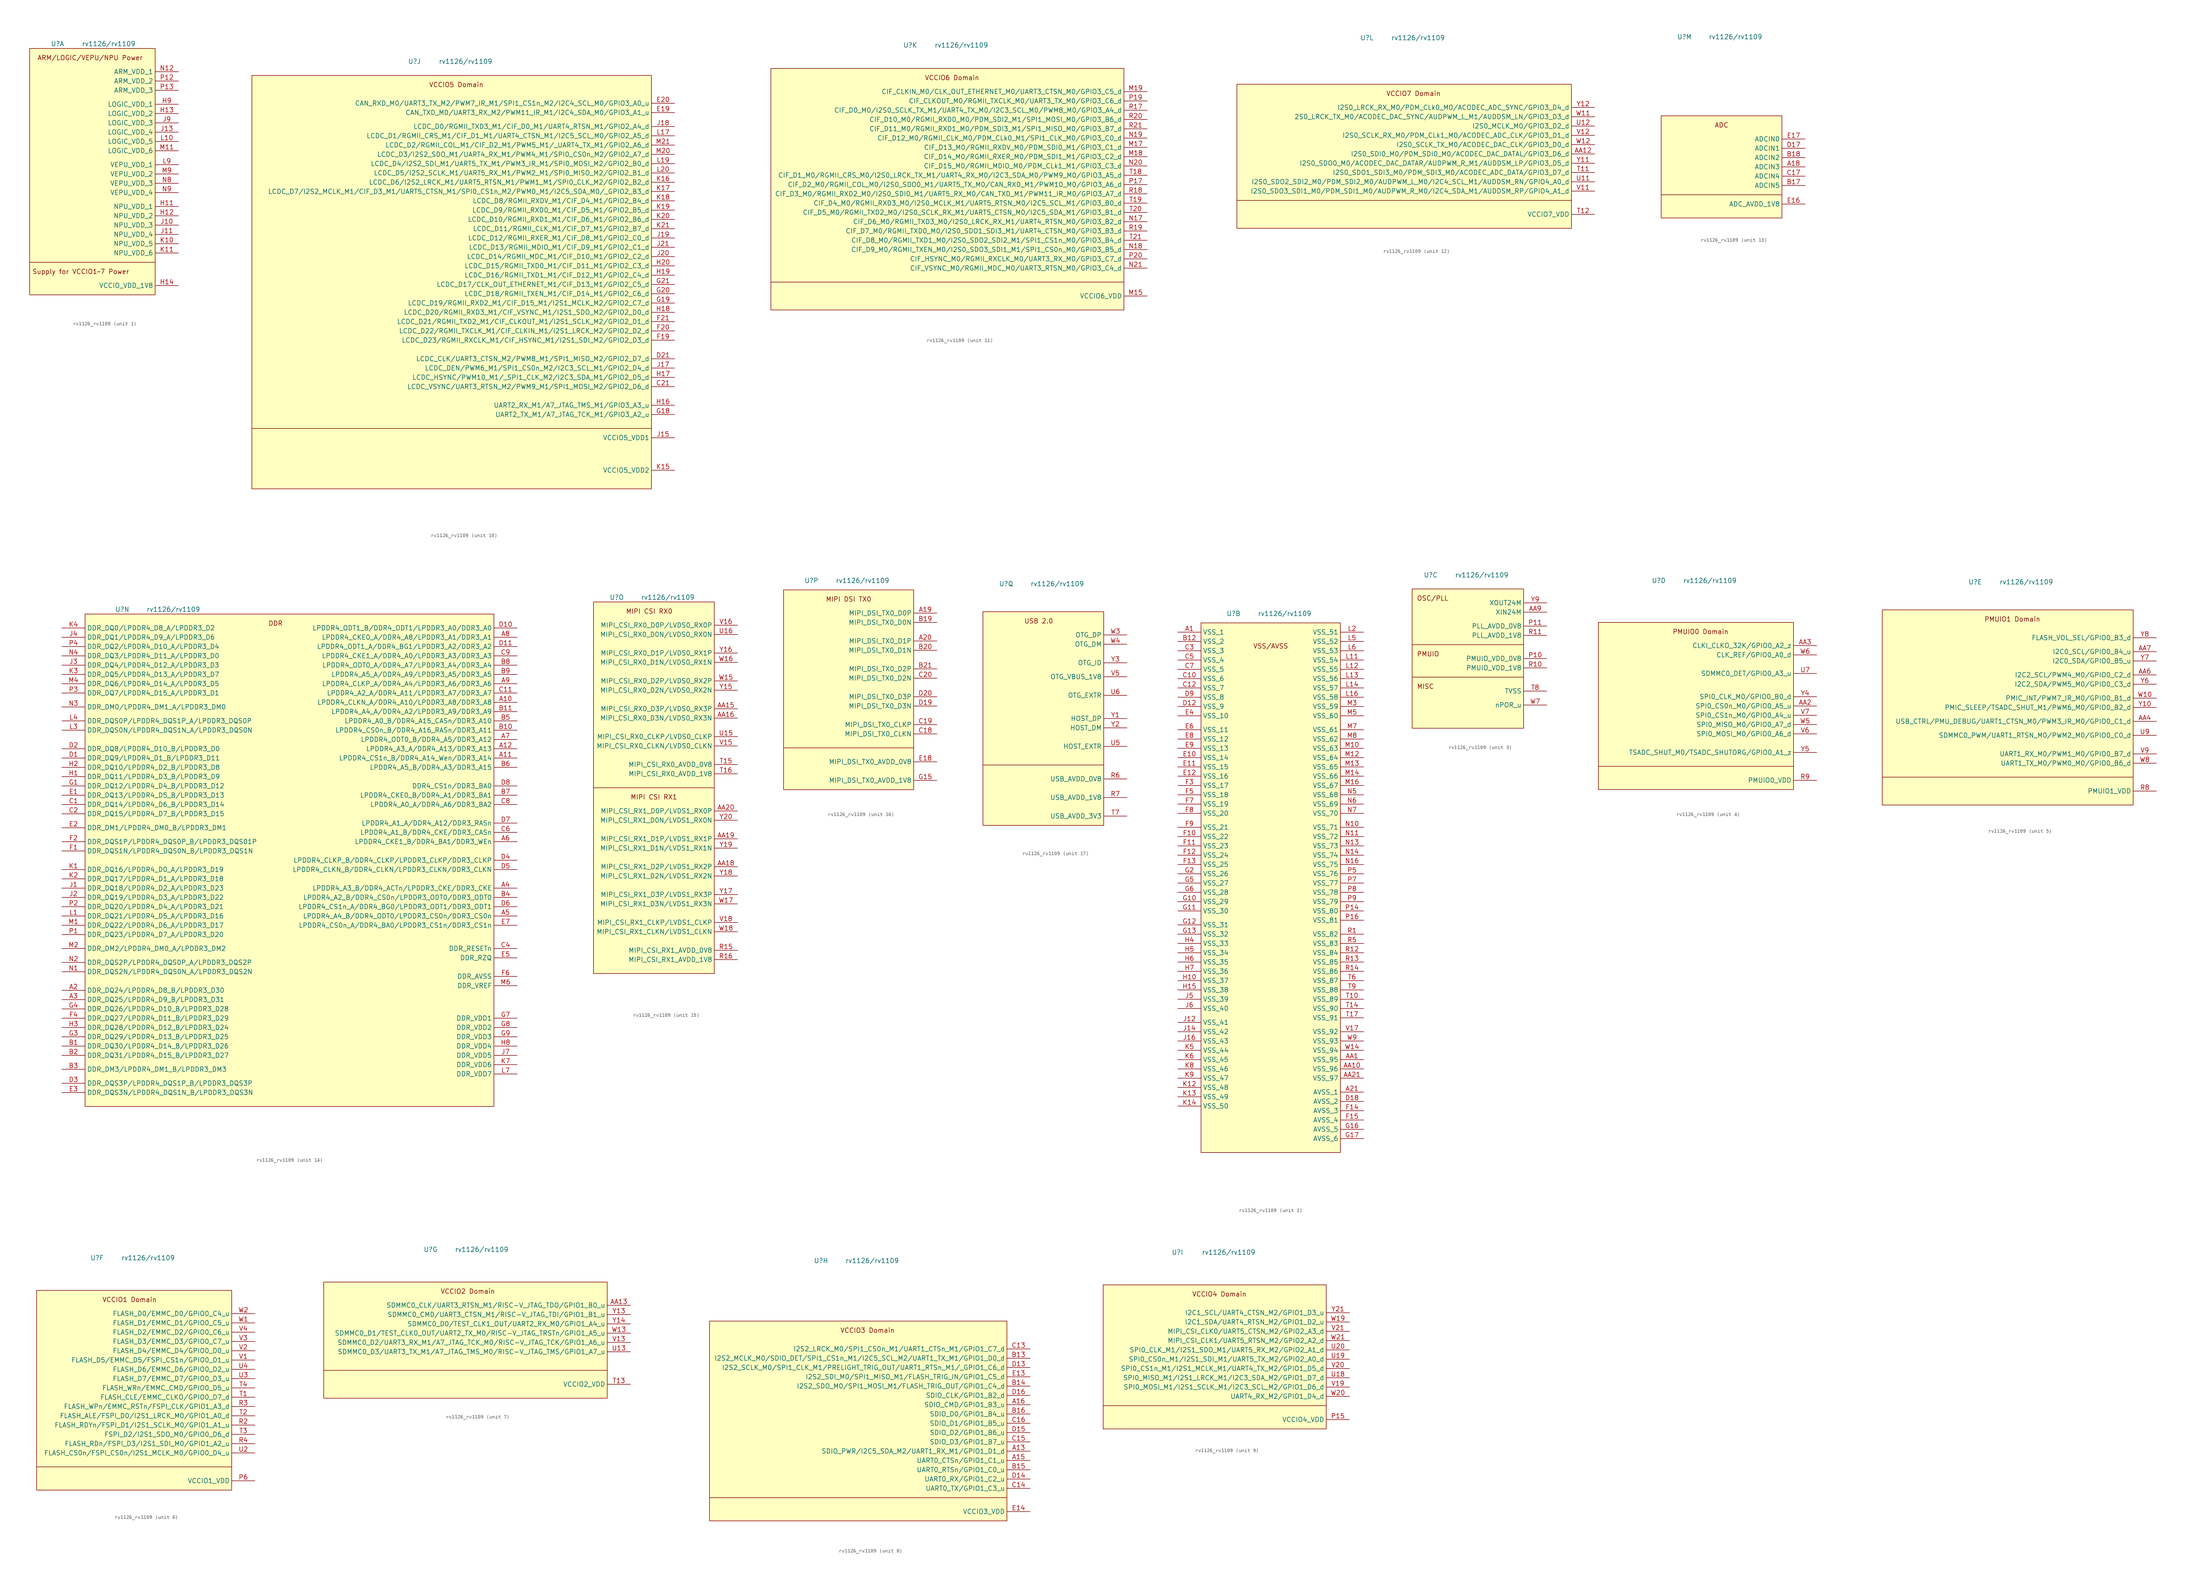
<source format=kicad_sym>
(kicad_symbol_lib
  (version 20220914)
  (generator kicad_symbol_editor)
  (symbol "rv1126_rv1109"
    (property "Reference" "U"
      (at -10.16 33.02 0)
      (effects (font (size 1.27 1.27))))
    (property "Value" "rv1126/rv1109"
      (at 3.81 33.02 0)
      (effects (font (size 1.27 1.27))))
    (property "ki_locked" ""
      (at 0 0 0)
      (effects (font (size 1.27 1.27))))
    (symbol "rv1126_rv1109_1_1"
      (rectangle (start -17.78 31.75) (end 16.51 -35.56) (stroke (width 0) (type default)) (fill (type background)))
      (polyline (pts (xy -17.78 -26.67) (xy 16.51 -26.67)) (stroke (width 0) (type default)) (fill (type none)))
      (text "ARM/LOGIC/VEPU/NPU Power" (at -1.27 29.21 0) (effects (font (size 1.27 1.27))))
      (text "Supply for VCCIO1~7 Power" (at -3.81 -29.21 0) (effects (font (size 1.27 1.27))))
      (pin power_in line (at 22.86 -11.43 180) (length 6.35) (name "NPU_VDD_1" (effects (font (size 1.27 1.27)))) (number "H11" (effects (font (size 1.27 1.27)))))
      (pin power_in line (at 22.86 -13.97 180) (length 6.35) (name "NPU_VDD_2" (effects (font (size 1.27 1.27)))) (number "H12" (effects (font (size 1.27 1.27)))))
      (pin power_in line (at 22.86 13.97 180) (length 6.35) (name "LOGIC_VDD_2" (effects (font (size 1.27 1.27)))) (number "H13" (effects (font (size 1.27 1.27)))))
      (pin power_in line (at 22.86 -33.02 180) (length 6.35) (name "VCCIO_VDD_1V8" (effects (font (size 1.27 1.27)))) (number "H14" (effects (font (size 1.27 1.27)))))
      (pin power_in line (at 22.86 16.51 180) (length 6.35) (name "LOGIC_VDD_1" (effects (font (size 1.27 1.27)))) (number "H9" (effects (font (size 1.27 1.27)))))
      (pin power_in line (at 22.86 -16.51 180) (length 6.35) (name "NPU_VDD_3" (effects (font (size 1.27 1.27)))) (number "J10" (effects (font (size 1.27 1.27)))))
      (pin power_in line (at 22.86 -19.05 180) (length 6.35) (name "NPU_VDD_4" (effects (font (size 1.27 1.27)))) (number "J11" (effects (font (size 1.27 1.27)))))
      (pin power_in line (at 22.86 8.89 180) (length 6.35) (name "LOGIC_VDD_4" (effects (font (size 1.27 1.27)))) (number "J13" (effects (font (size 1.27 1.27)))))
      (pin power_in line (at 22.86 11.43 180) (length 6.35) (name "LOGIC_VDD_3" (effects (font (size 1.27 1.27)))) (number "J9" (effects (font (size 1.27 1.27)))))
      (pin power_in line (at 22.86 -21.59 180) (length 6.35) (name "NPU_VDD_5" (effects (font (size 1.27 1.27)))) (number "K10" (effects (font (size 1.27 1.27)))))
      (pin power_in line (at 22.86 -24.13 180) (length 6.35) (name "NPU_VDD_6" (effects (font (size 1.27 1.27)))) (number "K11" (effects (font (size 1.27 1.27)))))
      (pin power_in line (at 22.86 6.35 180) (length 6.35) (name "LOGIC_VDD_5" (effects (font (size 1.27 1.27)))) (number "L10" (effects (font (size 1.27 1.27)))))
      (pin power_in line (at 22.86 0 180) (length 6.35) (name "VEPU_VDD_1" (effects (font (size 1.27 1.27)))) (number "L9" (effects (font (size 1.27 1.27)))))
      (pin power_in line (at 22.86 3.81 180) (length 6.35) (name "LOGIC_VDD_6" (effects (font (size 1.27 1.27)))) (number "M11" (effects (font (size 1.27 1.27)))))
      (pin power_in line (at 22.86 -2.54 180) (length 6.35) (name "VEPU_VDD_2" (effects (font (size 1.27 1.27)))) (number "M9" (effects (font (size 1.27 1.27)))))
      (pin power_in line (at 22.86 25.4 180) (length 6.35) (name "ARM_VDD_1" (effects (font (size 1.27 1.27)))) (number "N12" (effects (font (size 1.27 1.27)))))
      (pin power_in line (at 22.86 -5.08 180) (length 6.35) (name "VEPU_VDD_3" (effects (font (size 1.27 1.27)))) (number "N8" (effects (font (size 1.27 1.27)))))
      (pin power_in line (at 22.86 -7.62 180) (length 6.35) (name "VEPU_VDD_4" (effects (font (size 1.27 1.27)))) (number "N9" (effects (font (size 1.27 1.27)))))
      (pin power_in line (at 22.86 22.86 180) (length 6.35) (name "ARM_VDD_2" (effects (font (size 1.27 1.27)))) (number "P12" (effects (font (size 1.27 1.27)))))
      (pin power_in line (at 22.86 20.32 180) (length 6.35) (name "ARM_VDD_3" (effects (font (size 1.27 1.27)))) (number "P13" (effects (font (size 1.27 1.27))))))
    (symbol "rv1126_rv1109_2_1"
      (rectangle (start -19.05 30.48) (end 19.05 -114.3) (stroke (width 0) (type default)) (fill (type background)))
      (text "VSS/AVSS" (at 0 24.13 0) (effects (font (size 1.27 1.27))))
      (pin power_in line (at -25.4 27.94 0) (length 6.35) (name "VSS_1" (effects (font (size 1.27 1.27)))) (number "A1" (effects (font (size 1.27 1.27)))))
      (pin power_in line (at 25.4 -97.79 180) (length 6.35) (name "AVSS_1" (effects (font (size 1.27 1.27)))) (number "A21" (effects (font (size 1.27 1.27)))))
      (pin power_in line (at 25.4 -88.9 180) (length 6.35) (name "VSS_95" (effects (font (size 1.27 1.27)))) (number "AA1" (effects (font (size 1.27 1.27)))))
      (pin power_in line (at 25.4 -91.44 180) (length 6.35) (name "VSS_96" (effects (font (size 1.27 1.27)))) (number "AA10" (effects (font (size 1.27 1.27)))))
      (pin power_in line (at 25.4 -93.98 180) (length 6.35) (name "VSS_97" (effects (font (size 1.27 1.27)))) (number "AA21" (effects (font (size 1.27 1.27)))))
      (pin power_in line (at -25.4 25.4 0) (length 6.35) (name "VSS_2" (effects (font (size 1.27 1.27)))) (number "B12" (effects (font (size 1.27 1.27)))))
      (pin power_in line (at -25.4 15.24 0) (length 6.35) (name "VSS_6" (effects (font (size 1.27 1.27)))) (number "C10" (effects (font (size 1.27 1.27)))))
      (pin power_in line (at -25.4 12.7 0) (length 6.35) (name "VSS_7" (effects (font (size 1.27 1.27)))) (number "C12" (effects (font (size 1.27 1.27)))))
      (pin power_in line (at -25.4 22.86 0) (length 6.35) (name "VSS_3" (effects (font (size 1.27 1.27)))) (number "C3" (effects (font (size 1.27 1.27)))))
      (pin power_in line (at -25.4 20.32 0) (length 6.35) (name "VSS_4" (effects (font (size 1.27 1.27)))) (number "C5" (effects (font (size 1.27 1.27)))))
      (pin power_in line (at -25.4 17.78 0) (length 6.35) (name "VSS_5" (effects (font (size 1.27 1.27)))) (number "C7" (effects (font (size 1.27 1.27)))))
      (pin power_in line (at -25.4 7.62 0) (length 6.35) (name "VSS_9" (effects (font (size 1.27 1.27)))) (number "D12" (effects (font (size 1.27 1.27)))))
      (pin power_in line (at 25.4 -100.33 180) (length 6.35) (name "AVSS_2" (effects (font (size 1.27 1.27)))) (number "D18" (effects (font (size 1.27 1.27)))))
      (pin power_in line (at -25.4 10.16 0) (length 6.35) (name "VSS_8" (effects (font (size 1.27 1.27)))) (number "D9" (effects (font (size 1.27 1.27)))))
      (pin power_in line (at -25.4 -6.35 0) (length 6.35) (name "VSS_14" (effects (font (size 1.27 1.27)))) (number "E10" (effects (font (size 1.27 1.27)))))
      (pin power_in line (at -25.4 -8.89 0) (length 6.35) (name "VSS_15" (effects (font (size 1.27 1.27)))) (number "E11" (effects (font (size 1.27 1.27)))))
      (pin power_in line (at -25.4 -11.43 0) (length 6.35) (name "VSS_16" (effects (font (size 1.27 1.27)))) (number "E12" (effects (font (size 1.27 1.27)))))
      (pin power_in line (at -25.4 5.08 0) (length 6.35) (name "VSS_10" (effects (font (size 1.27 1.27)))) (number "E4" (effects (font (size 1.27 1.27)))))
      (pin power_in line (at -25.4 1.27 0) (length 6.35) (name "VSS_11" (effects (font (size 1.27 1.27)))) (number "E6" (effects (font (size 1.27 1.27)))))
      (pin power_in line (at -25.4 -1.27 0) (length 6.35) (name "VSS_12" (effects (font (size 1.27 1.27)))) (number "E8" (effects (font (size 1.27 1.27)))))
      (pin power_in line (at -25.4 -3.81 0) (length 6.35) (name "VSS_13" (effects (font (size 1.27 1.27)))) (number "E9" (effects (font (size 1.27 1.27)))))
      (pin power_in line (at -25.4 -27.94 0) (length 6.35) (name "VSS_22" (effects (font (size 1.27 1.27)))) (number "F10" (effects (font (size 1.27 1.27)))))
      (pin power_in line (at -25.4 -30.48 0) (length 6.35) (name "VSS_23" (effects (font (size 1.27 1.27)))) (number "F11" (effects (font (size 1.27 1.27)))))
      (pin power_in line (at -25.4 -33.02 0) (length 6.35) (name "VSS_24" (effects (font (size 1.27 1.27)))) (number "F12" (effects (font (size 1.27 1.27)))))
      (pin power_in line (at -25.4 -35.56 0) (length 6.35) (name "VSS_25" (effects (font (size 1.27 1.27)))) (number "F13" (effects (font (size 1.27 1.27)))))
      (pin power_in line (at 25.4 -102.87 180) (length 6.35) (name "AVSS_3" (effects (font (size 1.27 1.27)))) (number "F14" (effects (font (size 1.27 1.27)))))
      (pin power_in line (at 25.4 -105.41 180) (length 6.35) (name "AVSS_4" (effects (font (size 1.27 1.27)))) (number "F15" (effects (font (size 1.27 1.27)))))
      (pin power_in line (at -25.4 -13.97 0) (length 6.35) (name "VSS_17" (effects (font (size 1.27 1.27)))) (number "F3" (effects (font (size 1.27 1.27)))))
      (pin power_in line (at -25.4 -16.51 0) (length 6.35) (name "VSS_18" (effects (font (size 1.27 1.27)))) (number "F5" (effects (font (size 1.27 1.27)))))
      (pin power_in line (at -25.4 -19.05 0) (length 6.35) (name "VSS_19" (effects (font (size 1.27 1.27)))) (number "F7" (effects (font (size 1.27 1.27)))))
      (pin power_in line (at -25.4 -21.59 0) (length 6.35) (name "VSS_20" (effects (font (size 1.27 1.27)))) (number "F8" (effects (font (size 1.27 1.27)))))
      (pin power_in line (at -25.4 -25.4 0) (length 6.35) (name "VSS_21" (effects (font (size 1.27 1.27)))) (number "F9" (effects (font (size 1.27 1.27)))))
      (pin power_in line (at -25.4 -45.72 0) (length 6.35) (name "VSS_29" (effects (font (size 1.27 1.27)))) (number "G10" (effects (font (size 1.27 1.27)))))
      (pin power_in line (at -25.4 -48.26 0) (length 6.35) (name "VSS_30" (effects (font (size 1.27 1.27)))) (number "G11" (effects (font (size 1.27 1.27)))))
      (pin power_in line (at -25.4 -52.07 0) (length 6.35) (name "VSS_31" (effects (font (size 1.27 1.27)))) (number "G12" (effects (font (size 1.27 1.27)))))
      (pin power_in line (at -25.4 -54.61 0) (length 6.35) (name "VSS_32" (effects (font (size 1.27 1.27)))) (number "G13" (effects (font (size 1.27 1.27)))))
      (pin power_in line (at 25.4 -107.95 180) (length 6.35) (name "AVSS_5" (effects (font (size 1.27 1.27)))) (number "G16" (effects (font (size 1.27 1.27)))))
      (pin power_in line (at 25.4 -110.49 180) (length 6.35) (name "AVSS_6" (effects (font (size 1.27 1.27)))) (number "G17" (effects (font (size 1.27 1.27)))))
      (pin power_in line (at -25.4 -38.1 0) (length 6.35) (name "VSS_26" (effects (font (size 1.27 1.27)))) (number "G2" (effects (font (size 1.27 1.27)))))
      (pin power_in line (at -25.4 -40.64 0) (length 6.35) (name "VSS_27" (effects (font (size 1.27 1.27)))) (number "G5" (effects (font (size 1.27 1.27)))))
      (pin power_in line (at -25.4 -43.18 0) (length 6.35) (name "VSS_28" (effects (font (size 1.27 1.27)))) (number "G6" (effects (font (size 1.27 1.27)))))
      (pin power_in line (at -25.4 -67.31 0) (length 6.35) (name "VSS_37" (effects (font (size 1.27 1.27)))) (number "H10" (effects (font (size 1.27 1.27)))))
      (pin power_in line (at -25.4 -69.85 0) (length 6.35) (name "VSS_38" (effects (font (size 1.27 1.27)))) (number "H15" (effects (font (size 1.27 1.27)))))
      (pin power_in line (at -25.4 -57.15 0) (length 6.35) (name "VSS_33" (effects (font (size 1.27 1.27)))) (number "H4" (effects (font (size 1.27 1.27)))))
      (pin power_in line (at -25.4 -59.69 0) (length 6.35) (name "VSS_34" (effects (font (size 1.27 1.27)))) (number "H5" (effects (font (size 1.27 1.27)))))
      (pin power_in line (at -25.4 -62.23 0) (length 6.35) (name "VSS_35" (effects (font (size 1.27 1.27)))) (number "H6" (effects (font (size 1.27 1.27)))))
      (pin power_in line (at -25.4 -64.77 0) (length 6.35) (name "VSS_36" (effects (font (size 1.27 1.27)))) (number "H7" (effects (font (size 1.27 1.27)))))
      (pin power_in line (at -25.4 -78.74 0) (length 6.35) (name "VSS_41" (effects (font (size 1.27 1.27)))) (number "J12" (effects (font (size 1.27 1.27)))))
      (pin power_in line (at -25.4 -81.28 0) (length 6.35) (name "VSS_42" (effects (font (size 1.27 1.27)))) (number "J14" (effects (font (size 1.27 1.27)))))
      (pin power_in line (at -25.4 -83.82 0) (length 6.35) (name "VSS_43" (effects (font (size 1.27 1.27)))) (number "J16" (effects (font (size 1.27 1.27)))))
      (pin power_in line (at -25.4 -72.39 0) (length 6.35) (name "VSS_39" (effects (font (size 1.27 1.27)))) (number "J5" (effects (font (size 1.27 1.27)))))
      (pin power_in line (at -25.4 -74.93 0) (length 6.35) (name "VSS_40" (effects (font (size 1.27 1.27)))) (number "J6" (effects (font (size 1.27 1.27)))))
      (pin power_in line (at -25.4 -96.52 0) (length 6.35) (name "VSS_48" (effects (font (size 1.27 1.27)))) (number "K12" (effects (font (size 1.27 1.27)))))
      (pin power_in line (at -25.4 -99.06 0) (length 6.35) (name "VSS_49" (effects (font (size 1.27 1.27)))) (number "K13" (effects (font (size 1.27 1.27)))))
      (pin power_in line (at -25.4 -101.6 0) (length 6.35) (name "VSS_50" (effects (font (size 1.27 1.27)))) (number "K14" (effects (font (size 1.27 1.27)))))
      (pin power_in line (at -25.4 -86.36 0) (length 6.35) (name "VSS_44" (effects (font (size 1.27 1.27)))) (number "K5" (effects (font (size 1.27 1.27)))))
      (pin power_in line (at -25.4 -88.9 0) (length 6.35) (name "VSS_45" (effects (font (size 1.27 1.27)))) (number "K6" (effects (font (size 1.27 1.27)))))
      (pin power_in line (at -25.4 -91.44 0) (length 6.35) (name "VSS_46" (effects (font (size 1.27 1.27)))) (number "K8" (effects (font (size 1.27 1.27)))))
      (pin power_in line (at -25.4 -93.98 0) (length 6.35) (name "VSS_47" (effects (font (size 1.27 1.27)))) (number "K9" (effects (font (size 1.27 1.27)))))
      (pin power_in line (at 25.4 20.32 180) (length 6.35) (name "VSS_54" (effects (font (size 1.27 1.27)))) (number "L11" (effects (font (size 1.27 1.27)))))
      (pin power_in line (at 25.4 17.78 180) (length 6.35) (name "VSS_55" (effects (font (size 1.27 1.27)))) (number "L12" (effects (font (size 1.27 1.27)))))
      (pin power_in line (at 25.4 15.24 180) (length 6.35) (name "VSS_56" (effects (font (size 1.27 1.27)))) (number "L13" (effects (font (size 1.27 1.27)))))
      (pin power_in line (at 25.4 12.7 180) (length 6.35) (name "VSS_57" (effects (font (size 1.27 1.27)))) (number "L14" (effects (font (size 1.27 1.27)))))
      (pin power_in line (at 25.4 10.16 180) (length 6.35) (name "VSS_58" (effects (font (size 1.27 1.27)))) (number "L16" (effects (font (size 1.27 1.27)))))
      (pin power_in line (at 25.4 27.94 180) (length 6.35) (name "VSS_51" (effects (font (size 1.27 1.27)))) (number "L2" (effects (font (size 1.27 1.27)))))
      (pin power_in line (at 25.4 25.4 180) (length 6.35) (name "VSS_52" (effects (font (size 1.27 1.27)))) (number "L5" (effects (font (size 1.27 1.27)))))
      (pin power_in line (at 25.4 22.86 180) (length 6.35) (name "VSS_53" (effects (font (size 1.27 1.27)))) (number "L6" (effects (font (size 1.27 1.27)))))
      (pin power_in line (at 25.4 -3.81 180) (length 6.35) (name "VSS_63" (effects (font (size 1.27 1.27)))) (number "M10" (effects (font (size 1.27 1.27)))))
      (pin power_in line (at 25.4 -6.35 180) (length 6.35) (name "VSS_64" (effects (font (size 1.27 1.27)))) (number "M12" (effects (font (size 1.27 1.27)))))
      (pin power_in line (at 25.4 -8.89 180) (length 6.35) (name "VSS_65" (effects (font (size 1.27 1.27)))) (number "M13" (effects (font (size 1.27 1.27)))))
      (pin power_in line (at 25.4 -11.43 180) (length 6.35) (name "VSS_66" (effects (font (size 1.27 1.27)))) (number "M14" (effects (font (size 1.27 1.27)))))
      (pin power_in line (at 25.4 -13.97 180) (length 6.35) (name "VSS_67" (effects (font (size 1.27 1.27)))) (number "M16" (effects (font (size 1.27 1.27)))))
      (pin power_in line (at 25.4 7.62 180) (length 6.35) (name "VSS_59" (effects (font (size 1.27 1.27)))) (number "M3" (effects (font (size 1.27 1.27)))))
      (pin power_in line (at 25.4 5.08 180) (length 6.35) (name "VSS_60" (effects (font (size 1.27 1.27)))) (number "M5" (effects (font (size 1.27 1.27)))))
      (pin power_in line (at 25.4 1.27 180) (length 6.35) (name "VSS_61" (effects (font (size 1.27 1.27)))) (number "M7" (effects (font (size 1.27 1.27)))))
      (pin power_in line (at 25.4 -1.27 180) (length 6.35) (name "VSS_62" (effects (font (size 1.27 1.27)))) (number "M8" (effects (font (size 1.27 1.27)))))
      (pin power_in line (at 25.4 -25.4 180) (length 6.35) (name "VSS_71" (effects (font (size 1.27 1.27)))) (number "N10" (effects (font (size 1.27 1.27)))))
      (pin power_in line (at 25.4 -27.94 180) (length 6.35) (name "VSS_72" (effects (font (size 1.27 1.27)))) (number "N11" (effects (font (size 1.27 1.27)))))
      (pin power_in line (at 25.4 -30.48 180) (length 6.35) (name "VSS_73" (effects (font (size 1.27 1.27)))) (number "N13" (effects (font (size 1.27 1.27)))))
      (pin power_in line (at 25.4 -33.02 180) (length 6.35) (name "VSS_74" (effects (font (size 1.27 1.27)))) (number "N14" (effects (font (size 1.27 1.27)))))
      (pin power_in line (at 25.4 -35.56 180) (length 6.35) (name "VSS_75" (effects (font (size 1.27 1.27)))) (number "N16" (effects (font (size 1.27 1.27)))))
      (pin power_in line (at 25.4 -16.51 180) (length 6.35) (name "VSS_68" (effects (font (size 1.27 1.27)))) (number "N5" (effects (font (size 1.27 1.27)))))
      (pin power_in line (at 25.4 -19.05 180) (length 6.35) (name "VSS_69" (effects (font (size 1.27 1.27)))) (number "N6" (effects (font (size 1.27 1.27)))))
      (pin power_in line (at 25.4 -21.59 180) (length 6.35) (name "VSS_70" (effects (font (size 1.27 1.27)))) (number "N7" (effects (font (size 1.27 1.27)))))
      (pin power_in line (at 25.4 -48.26 180) (length 6.35) (name "VSS_80" (effects (font (size 1.27 1.27)))) (number "P14" (effects (font (size 1.27 1.27)))))
      (pin power_in line (at 25.4 -50.8 180) (length 6.35) (name "VSS_81" (effects (font (size 1.27 1.27)))) (number "P16" (effects (font (size 1.27 1.27)))))
      (pin power_in line (at 25.4 -38.1 180) (length 6.35) (name "VSS_76" (effects (font (size 1.27 1.27)))) (number "P5" (effects (font (size 1.27 1.27)))))
      (pin power_in line (at 25.4 -40.64 180) (length 6.35) (name "VSS_77" (effects (font (size 1.27 1.27)))) (number "P7" (effects (font (size 1.27 1.27)))))
      (pin power_in line (at 25.4 -43.18 180) (length 6.35) (name "VSS_78" (effects (font (size 1.27 1.27)))) (number "P8" (effects (font (size 1.27 1.27)))))
      (pin power_in line (at 25.4 -45.72 180) (length 6.35) (name "VSS_79" (effects (font (size 1.27 1.27)))) (number "P9" (effects (font (size 1.27 1.27)))))
      (pin power_in line (at 25.4 -54.61 180) (length 6.35) (name "VSS_82" (effects (font (size 1.27 1.27)))) (number "R1" (effects (font (size 1.27 1.27)))))
      (pin power_in line (at 25.4 -59.69 180) (length 6.35) (name "VSS_84" (effects (font (size 1.27 1.27)))) (number "R12" (effects (font (size 1.27 1.27)))))
      (pin power_in line (at 25.4 -62.23 180) (length 6.35) (name "VSS_85" (effects (font (size 1.27 1.27)))) (number "R13" (effects (font (size 1.27 1.27)))))
      (pin power_in line (at 25.4 -64.77 180) (length 6.35) (name "VSS_86" (effects (font (size 1.27 1.27)))) (number "R14" (effects (font (size 1.27 1.27)))))
      (pin power_in line (at 25.4 -57.15 180) (length 6.35) (name "VSS_83" (effects (font (size 1.27 1.27)))) (number "R5" (effects (font (size 1.27 1.27)))))
      (pin power_in line (at 25.4 -72.39 180) (length 6.35) (name "VSS_89" (effects (font (size 1.27 1.27)))) (number "T10" (effects (font (size 1.27 1.27)))))
      (pin power_in line (at 25.4 -74.93 180) (length 6.35) (name "VSS_90" (effects (font (size 1.27 1.27)))) (number "T14" (effects (font (size 1.27 1.27)))))
      (pin power_in line (at 25.4 -77.47 180) (length 6.35) (name "VSS_91" (effects (font (size 1.27 1.27)))) (number "T17" (effects (font (size 1.27 1.27)))))
      (pin power_in line (at 25.4 -67.31 180) (length 6.35) (name "VSS_87" (effects (font (size 1.27 1.27)))) (number "T6" (effects (font (size 1.27 1.27)))))
      (pin power_in line (at 25.4 -69.85 180) (length 6.35) (name "VSS_88" (effects (font (size 1.27 1.27)))) (number "T9" (effects (font (size 1.27 1.27)))))
      (pin power_in line (at 25.4 -81.28 180) (length 6.35) (name "VSS_92" (effects (font (size 1.27 1.27)))) (number "V17" (effects (font (size 1.27 1.27)))))
      (pin power_in line (at 25.4 -86.36 180) (length 6.35) (name "VSS_94" (effects (font (size 1.27 1.27)))) (number "W14" (effects (font (size 1.27 1.27)))))
      (pin power_in line (at 25.4 -83.82 180) (length 6.35) (name "VSS_93" (effects (font (size 1.27 1.27)))) (number "W9" (effects (font (size 1.27 1.27))))))
    (symbol "rv1126_rv1109_3_1"
      (rectangle (start -15.24 29.21) (end 15.24 -8.89) (stroke (width 0) (type default)) (fill (type background)))
      (polyline (pts (xy -15.24 5.08) (xy 15.24 5.08)) (stroke (width 0) (type default)) (fill (type none)))
      (polyline (pts (xy -15.24 13.97) (xy 15.24 13.97)) (stroke (width 0) (type default)) (fill (type none)))
      (text "MISC" (at -13.97 2.54 0) (effects (font (size 1.27 1.27)) (justify left)))
      (text "OSC/PLL" (at -13.97 26.67 0) (effects (font (size 1.27 1.27)) (justify left)))
      (text "PMUIO" (at -13.97 11.43 0) (effects (font (size 1.27 1.27)) (justify left)))
      (pin output line (at 21.59 22.86 180) (length 6.35) (name "XIN24M" (effects (font (size 1.27 1.27)))) (number "AA9" (effects (font (size 1.27 1.27)))))
      (pin power_in line (at 21.59 10.16 180) (length 6.35) (name "PMUIO_VDD_0V8" (effects (font (size 1.27 1.27)))) (number "P10" (effects (font (size 1.27 1.27)))))
      (pin power_in line (at 21.59 19.05 180) (length 6.35) (name "PLL_AVDD_0V8" (effects (font (size 1.27 1.27)))) (number "P11" (effects (font (size 1.27 1.27)))))
      (pin power_in line (at 21.59 7.62 180) (length 6.35) (name "PMUIO_VDD_1V8" (effects (font (size 1.27 1.27)))) (number "R10" (effects (font (size 1.27 1.27)))))
      (pin power_in line (at 21.59 16.51 180) (length 6.35) (name "PLL_AVDD_1V8" (effects (font (size 1.27 1.27)))) (number "R11" (effects (font (size 1.27 1.27)))))
      (pin power_in line (at 21.59 1.27 180) (length 6.35) (name "TVSS" (effects (font (size 1.27 1.27)))) (number "T8" (effects (font (size 1.27 1.27)))))
      (pin input line (at 21.59 -2.54 180) (length 6.35) (name "nPOR_u" (effects (font (size 1.27 1.27)))) (number "W7" (effects (font (size 1.27 1.27)))))
      (pin output line (at 21.59 25.4 180) (length 6.35) (name "XOUT24M" (effects (font (size 1.27 1.27)))) (number "Y9" (effects (font (size 1.27 1.27))))))
    (symbol "rv1126_rv1109_4_1"
      (rectangle (start -26.67 21.59) (end 26.67 -24.13) (stroke (width 0) (type default)) (fill (type background)))
      (polyline (pts (xy -26.67 -17.78) (xy 26.67 -17.78)) (stroke (width 0) (type default)) (fill (type none)))
      (text "PMUIO0 Domain" (at 1.27 19.05 0) (effects (font (size 1.27 1.27))))
      (pin bidirectional line (at 33.02 -1.27 180) (length 6.35) (name "SPI0_CS0n_M0/GPIO0_A5_u" (effects (font (size 1.27 1.27)))) (number "AA2" (effects (font (size 1.27 1.27)))))
      (pin bidirectional line (at 33.02 15.24 180) (length 6.35) (name "CLKI_CLKO_32K/GPIO0_A2_z" (effects (font (size 1.27 1.27)))) (number "AA3" (effects (font (size 1.27 1.27)))))
      (pin power_in line (at 33.02 -21.59 180) (length 6.35) (name "PMUIO0_VDD" (effects (font (size 1.27 1.27)))) (number "R9" (effects (font (size 1.27 1.27)))))
      (pin bidirectional line (at 33.02 7.62 180) (length 6.35) (name "SDMMC0_DET/GPIO0_A3_u" (effects (font (size 1.27 1.27)))) (number "U7" (effects (font (size 1.27 1.27)))))
      (pin bidirectional line (at 33.02 -8.89 180) (length 6.35) (name "SPI0_MOSI_M0/GPIO0_A6_d" (effects (font (size 1.27 1.27)))) (number "V6" (effects (font (size 1.27 1.27)))))
      (pin bidirectional line (at 33.02 -3.81 180) (length 6.35) (name "SPI0_CS1n_M0/GPIO0_A4_u" (effects (font (size 1.27 1.27)))) (number "V7" (effects (font (size 1.27 1.27)))))
      (pin bidirectional line (at 33.02 -6.35 180) (length 6.35) (name "SPI0_MISO_M0/GPIO0_A7_d" (effects (font (size 1.27 1.27)))) (number "W5" (effects (font (size 1.27 1.27)))))
      (pin bidirectional line (at 33.02 12.7 180) (length 6.35) (name "CLK_REF/GPIO0_A0_d" (effects (font (size 1.27 1.27)))) (number "W6" (effects (font (size 1.27 1.27)))))
      (pin bidirectional line (at 33.02 1.27 180) (length 6.35) (name "SPI0_CLK_M0/GPIO0_B0_d" (effects (font (size 1.27 1.27)))) (number "Y4" (effects (font (size 1.27 1.27)))))
      (pin bidirectional line (at 33.02 -13.97 180) (length 6.35) (name "TSADC_SHUT_M0/TSADC_SHUTORG/GPIO0_A1_z" (effects (font (size 1.27 1.27)))) (number "Y5" (effects (font (size 1.27 1.27))))))
    (symbol "rv1126_rv1109_5_1"
      (rectangle (start -35.56 25.4) (end 33.02 -27.94) (stroke (width 0) (type default)) (fill (type background)))
      (polyline (pts (xy -35.56 -20.32) (xy 33.02 -20.32)) (stroke (width 0) (type default)) (fill (type none)))
      (text "PMUIO1 Domain" (at 0 22.86 0) (effects (font (size 1.27 1.27))))
      (pin bidirectional line (at 39.37 -5.08 180) (length 6.35) (name "USB_CTRL/PMU_DEBUG/UART1_CTSN_M0/PWM3_IR_M0/GPIO0_C1_d" (effects (font (size 1.27 1.27)))) (number "AA4" (effects (font (size 1.27 1.27)))))
      (pin bidirectional line (at 39.37 7.62 180) (length 6.35) (name "I2C2_SCL/PWM4_M0/GPIO0_C2_d" (effects (font (size 1.27 1.27)))) (number "AA6" (effects (font (size 1.27 1.27)))))
      (pin bidirectional line (at 39.37 13.97 180) (length 6.35) (name "I2C0_SCL/GPIO0_B4_u" (effects (font (size 1.27 1.27)))) (number "AA7" (effects (font (size 1.27 1.27)))))
      (pin power_in line (at 39.37 -24.13 180) (length 6.35) (name "PMUIO1_VDD" (effects (font (size 1.27 1.27)))) (number "R8" (effects (font (size 1.27 1.27)))))
      (pin bidirectional line (at 39.37 -8.89 180) (length 6.35) (name "SDMMC0_PWM/UART1_RTSN_M0/PWM2_M0/GPIO0_C0_d" (effects (font (size 1.27 1.27)))) (number "U9" (effects (font (size 1.27 1.27)))))
      (pin bidirectional line (at 39.37 -13.97 180) (length 6.35) (name "UART1_RX_M0/PWM1_M0/GPIO0_B7_d" (effects (font (size 1.27 1.27)))) (number "V9" (effects (font (size 1.27 1.27)))))
      (pin bidirectional line (at 39.37 1.27 180) (length 6.35) (name "PMIC_INT/PWM7_IR_M0/GPIO0_B1_d" (effects (font (size 1.27 1.27)))) (number "W10" (effects (font (size 1.27 1.27)))))
      (pin bidirectional line (at 39.37 -16.51 180) (length 6.35) (name "UART1_TX_M0/PWM0_M0/GPIO0_B6_d" (effects (font (size 1.27 1.27)))) (number "W8" (effects (font (size 1.27 1.27)))))
      (pin bidirectional line (at 39.37 -1.27 180) (length 6.35) (name "PMIC_SLEEP/TSADC_SHUT_M1/PWM6_M0/GPIO0_B2_d" (effects (font (size 1.27 1.27)))) (number "Y10" (effects (font (size 1.27 1.27)))))
      (pin bidirectional line (at 39.37 5.08 180) (length 6.35) (name "I2C2_SDA/PWM5_M0/GPIO0_C3_d" (effects (font (size 1.27 1.27)))) (number "Y6" (effects (font (size 1.27 1.27)))))
      (pin bidirectional line (at 39.37 11.43 180) (length 6.35) (name "I2C0_SDA/GPIO0_B5_u" (effects (font (size 1.27 1.27)))) (number "Y7" (effects (font (size 1.27 1.27)))))
      (pin bidirectional line (at 39.37 17.78 180) (length 6.35) (name "FLASH_VOL_SEL/GPIO0_B3_d" (effects (font (size 1.27 1.27)))) (number "Y8" (effects (font (size 1.27 1.27))))))
    (symbol "rv1126_rv1109_6_1"
      (rectangle (start -26.67 24.13) (end 26.67 -30.48) (stroke (width 0) (type default)) (fill (type background)))
      (polyline (pts (xy -26.67 -24.13) (xy 26.67 -24.13)) (stroke (width 0) (type default)) (fill (type none)))
      (text "VCCIO1 Domain" (at -1.27 21.59 0) (effects (font (size 1.27 1.27))))
      (pin power_in line (at 33.02 -27.94 180) (length 6.35) (name "VCCIO1_VDD" (effects (font (size 1.27 1.27)))) (number "P6" (effects (font (size 1.27 1.27)))))
      (pin bidirectional line (at 33.02 -12.7 180) (length 6.35) (name "FLASH_RDYn/FSPI_D1/I2S1_SCLK_M0/GPIO1_A1_u" (effects (font (size 1.27 1.27)))) (number "R2" (effects (font (size 1.27 1.27)))))
      (pin bidirectional line (at 33.02 -7.62 180) (length 6.35) (name "FLASH_WPn/EMMC_RSTn/FSPI_CLK/GPIO1_A3_d" (effects (font (size 1.27 1.27)))) (number "R3" (effects (font (size 1.27 1.27)))))
      (pin bidirectional line (at 33.02 -17.78 180) (length 6.35) (name "FLASH_RDn/FSPI_D3/I2S1_SDI_M0/GPIO1_A2_u" (effects (font (size 1.27 1.27)))) (number "R4" (effects (font (size 1.27 1.27)))))
      (pin bidirectional line (at 33.02 -5.08 180) (length 6.35) (name "FLASH_CLE/EMMC_CLKO/GPIO0_D7_d" (effects (font (size 1.27 1.27)))) (number "T1" (effects (font (size 1.27 1.27)))))
      (pin bidirectional line (at 33.02 -10.16 180) (length 6.35) (name "FLASH_ALE/FSPI_D0/I2S1_LRCK_M0/GPIO1_A0_d" (effects (font (size 1.27 1.27)))) (number "T2" (effects (font (size 1.27 1.27)))))
      (pin bidirectional line (at 33.02 -15.24 180) (length 6.35) (name "FSPI_D2/I2S1_SDO_M0/GPIO0_D6_d" (effects (font (size 1.27 1.27)))) (number "T3" (effects (font (size 1.27 1.27)))))
      (pin bidirectional line (at 33.02 -2.54 180) (length 6.35) (name "FLASH_WRn/EMMC_CMD/GPIO0_D5_u" (effects (font (size 1.27 1.27)))) (number "T4" (effects (font (size 1.27 1.27)))))
      (pin bidirectional line (at 33.02 -20.32 180) (length 6.35) (name "FLASH_CS0n/FSPI_CS0n/I2S1_MCLK_M0/GPIO0_D4_u" (effects (font (size 1.27 1.27)))) (number "U2" (effects (font (size 1.27 1.27)))))
      (pin bidirectional line (at 33.02 0 180) (length 6.35) (name "FLASH_D7/EMMC_D7/GPIO0_D3_u" (effects (font (size 1.27 1.27)))) (number "U3" (effects (font (size 1.27 1.27)))))
      (pin bidirectional line (at 33.02 2.54 180) (length 6.35) (name "FLASH_D6/EMMC_D6/GPIO0_D2_u" (effects (font (size 1.27 1.27)))) (number "U4" (effects (font (size 1.27 1.27)))))
      (pin bidirectional line (at 33.02 5.08 180) (length 6.35) (name "FLASH_D5/EMMC_D5/FSPI_CS1n/GPIO0_D1_u" (effects (font (size 1.27 1.27)))) (number "V1" (effects (font (size 1.27 1.27)))))
      (pin bidirectional line (at 33.02 7.62 180) (length 6.35) (name "FLASH_D4/EMMC_D4/GPIO0_D0_u" (effects (font (size 1.27 1.27)))) (number "V2" (effects (font (size 1.27 1.27)))))
      (pin bidirectional line (at 33.02 10.16 180) (length 6.35) (name "FLASH_D3/EMMC_D3/GPIO0_C7_u" (effects (font (size 1.27 1.27)))) (number "V3" (effects (font (size 1.27 1.27)))))
      (pin bidirectional line (at 33.02 12.7 180) (length 6.35) (name "FLASH_D2/EMMC_D2/GPIO0_C6_u" (effects (font (size 1.27 1.27)))) (number "V4" (effects (font (size 1.27 1.27)))))
      (pin bidirectional line (at 33.02 15.24 180) (length 6.35) (name "FLASH_D1/EMMC_D1/GPIO0_C5_u" (effects (font (size 1.27 1.27)))) (number "W1" (effects (font (size 1.27 1.27)))))
      (pin bidirectional line (at 33.02 17.78 180) (length 6.35) (name "FLASH_D0/EMMC_D0/GPIO0_C4_u" (effects (font (size 1.27 1.27)))) (number "W2" (effects (font (size 1.27 1.27))))))
    (symbol "rv1126_rv1109_7_1"
      (rectangle (start -39.37 24.13) (end 38.1 -7.62) (stroke (width 0) (type default)) (fill (type background)))
      (polyline (pts (xy -39.37 0) (xy 38.1 0)) (stroke (width 0) (type default)) (fill (type none)))
      (text "VCCIO2 Domain" (at 0 21.59 0) (effects (font (size 1.27 1.27))))
      (pin bidirectional line (at 44.45 17.78 180) (length 6.35) (name "SDMMC0_CLK/UART3_RTSN_M1/RISC-V_JTAG_TDO/GPIO1_B0_u" (effects (font (size 1.27 1.27)))) (number "AA13" (effects (font (size 1.27 1.27)))))
      (pin power_in line (at 44.45 -3.81 180) (length 6.35) (name "VCCIO2_VDD" (effects (font (size 1.27 1.27)))) (number "T13" (effects (font (size 1.27 1.27)))))
      (pin bidirectional line (at 44.45 5.08 180) (length 6.35) (name "SDMMC0_D3/UART3_TX_M1/A7_JTAG_TMS_M0/RISC-V_JTAG_TMS/GPIO1_A7_u" (effects (font (size 1.27 1.27)))) (number "U13" (effects (font (size 1.27 1.27)))))
      (pin bidirectional line (at 44.45 7.62 180) (length 6.35) (name "SDMMC0_D2/UART3_RX_M1/A7_JTAG_TCK_M0/RISC-V_JTAG_TCK/GPIO1_A6_u" (effects (font (size 1.27 1.27)))) (number "V13" (effects (font (size 1.27 1.27)))))
      (pin bidirectional line (at 44.45 10.16 180) (length 6.35) (name "SDMMC0_D1/TEST_CLK0_OUT/UART2_TX_M0/RISC-V_JTAG_TRSTn/GPIO1_A5_u" (effects (font (size 1.27 1.27)))) (number "W13" (effects (font (size 1.27 1.27)))))
      (pin bidirectional line (at 44.45 15.24 180) (length 6.35) (name "SDMMC0_CMD/UART3_CTSN_M1/RISC-V_JTAG_TDI/GPIO1_B1_u" (effects (font (size 1.27 1.27)))) (number "Y13" (effects (font (size 1.27 1.27)))))
      (pin bidirectional line (at 44.45 12.7 180) (length 6.35) (name "SDMMC0_D0/TEST_CLK1_OUT/UART2_RX_M0/GPIO1_A4_u" (effects (font (size 1.27 1.27)))) (number "Y14" (effects (font (size 1.27 1.27))))))
    (symbol "rv1126_rv1109_8_1"
      (rectangle (start -40.64 16.51) (end 40.64 -38.1) (stroke (width 0) (type default)) (fill (type background)))
      (polyline (pts (xy -40.64 -31.75) (xy 40.64 -31.75)) (stroke (width 0) (type default)) (fill (type none)))
      (text "VCCIO3 Domain" (at 2.54 13.97 0) (effects (font (size 1.27 1.27))))
      (pin bidirectional line (at 46.99 -19.05 180) (length 6.35) (name "SDIO_PWR/I2C5_SDA_M2/UART1_RX_M1/GPIO1_D1_d" (effects (font (size 1.27 1.27)))) (number "A13" (effects (font (size 1.27 1.27)))))
      (pin bidirectional line (at 46.99 -21.59 180) (length 6.35) (name "UART0_CTSn/GPIO1_C1_u" (effects (font (size 1.27 1.27)))) (number "A15" (effects (font (size 1.27 1.27)))))
      (pin bidirectional line (at 46.99 -6.35 180) (length 6.35) (name "SDIO_CMD/GPIO1_B3_u" (effects (font (size 1.27 1.27)))) (number "A16" (effects (font (size 1.27 1.27)))))
      (pin bidirectional line (at 46.99 6.35 180) (length 6.35) (name "I2S2_MCLK_M0/SDIO_DET/SPI1_CS1n_M1/I2C5_SCL_M2/UART1_TX_M1/GPIO1_D0_d" (effects (font (size 1.27 1.27)))) (number "B13" (effects (font (size 1.27 1.27)))))
      (pin bidirectional line (at 46.99 -1.27 180) (length 6.35) (name "I2S2_SDO_M0/SPI1_MOSI_M1/FLASH_TRIG_OUT/GPIO1_C4_d" (effects (font (size 1.27 1.27)))) (number "B14" (effects (font (size 1.27 1.27)))))
      (pin bidirectional line (at 46.99 -24.13 180) (length 6.35) (name "UART0_RTSn/GPIO1_C0_u" (effects (font (size 1.27 1.27)))) (number "B15" (effects (font (size 1.27 1.27)))))
      (pin bidirectional line (at 46.99 -8.89 180) (length 6.35) (name "SDIO_D0/GPIO1_B4_u" (effects (font (size 1.27 1.27)))) (number "B16" (effects (font (size 1.27 1.27)))))
      (pin bidirectional line (at 46.99 8.89 180) (length 6.35) (name "I2S2_LRCK_M0/SPI1_CS0n_M1/UART1_CTSn_M1/GPIO1_C7_d" (effects (font (size 1.27 1.27)))) (number "C13" (effects (font (size 1.27 1.27)))))
      (pin bidirectional line (at 46.99 -29.21 180) (length 6.35) (name "UART0_TX/GPIO1_C3_u" (effects (font (size 1.27 1.27)))) (number "C14" (effects (font (size 1.27 1.27)))))
      (pin bidirectional line (at 46.99 -16.51 180) (length 6.35) (name "SDIO_D3/GPIO1_B7_u" (effects (font (size 1.27 1.27)))) (number "C15" (effects (font (size 1.27 1.27)))))
      (pin bidirectional line (at 46.99 -11.43 180) (length 6.35) (name "SDIO_D1/GPIO1_B5_u" (effects (font (size 1.27 1.27)))) (number "C16" (effects (font (size 1.27 1.27)))))
      (pin bidirectional line (at 46.99 3.81 180) (length 6.35) (name "I2S2_SCLK_M0/SPI1_CLK_M1/PRELIGHT_TRIG_OUT/UART1_RTSn_M1/_GPIO1_C6_d" (effects (font (size 1.27 1.27)))) (number "D13" (effects (font (size 1.27 1.27)))))
      (pin bidirectional line (at 46.99 -26.67 180) (length 6.35) (name "UART0_RX/GPIO1_C2_u" (effects (font (size 1.27 1.27)))) (number "D14" (effects (font (size 1.27 1.27)))))
      (pin bidirectional line (at 46.99 -13.97 180) (length 6.35) (name "SDIO_D2/GPIO1_B6_u" (effects (font (size 1.27 1.27)))) (number "D15" (effects (font (size 1.27 1.27)))))
      (pin bidirectional line (at 46.99 -3.81 180) (length 6.35) (name "SDIO_CLK/GPIO1_B2_d" (effects (font (size 1.27 1.27)))) (number "D16" (effects (font (size 1.27 1.27)))))
      (pin bidirectional line (at 46.99 1.27 180) (length 6.35) (name "I2S2_SDI_M0/SPI1_MISO_M1/FLASH_TRIG_IN/GPIO1_C5_d" (effects (font (size 1.27 1.27)))) (number "E13" (effects (font (size 1.27 1.27)))))
      (pin power_in line (at 46.99 -35.56 180) (length 6.35) (name "VCCIO3_VDD" (effects (font (size 1.27 1.27)))) (number "E14" (effects (font (size 1.27 1.27))))))
    (symbol "rv1126_rv1109_9_1"
      (rectangle (start -30.48 24.13) (end 30.48 -15.24) (stroke (width 0) (type default)) (fill (type background)))
      (polyline (pts (xy -30.48 -8.89) (xy 30.48 -8.89)) (stroke (width 0) (type default)) (fill (type none)))
      (text "VCCIO4 Domain" (at 1.27 21.59 0) (effects (font (size 1.27 1.27))))
      (pin power_in line (at 36.83 -12.7 180) (length 6.35) (name "VCCIO4_VDD" (effects (font (size 1.27 1.27)))) (number "P15" (effects (font (size 1.27 1.27)))))
      (pin bidirectional line (at 36.83 -1.27 180) (length 6.35) (name "SPI0_MISO_M1/I2S1_LRCK_M1/I2C3_SDA_M2/GPIO1_D7_d" (effects (font (size 1.27 1.27)))) (number "U18" (effects (font (size 1.27 1.27)))))
      (pin bidirectional line (at 36.83 3.81 180) (length 6.35) (name "SPI0_CS0n_M1/I2S1_SDI_M1/UART5_TX_M2/GPIO2_A0_d" (effects (font (size 1.27 1.27)))) (number "U19" (effects (font (size 1.27 1.27)))))
      (pin bidirectional line (at 36.83 6.35 180) (length 6.35) (name "SPI0_CLK_M1/I2S1_SDO_M1/UART5_RX_M2/GPIO2_A1_d" (effects (font (size 1.27 1.27)))) (number "U20" (effects (font (size 1.27 1.27)))))
      (pin bidirectional line (at 36.83 -3.81 180) (length 6.35) (name "SPI0_MOSI_M1/I2S1_SCLK_M1/I2C3_SCL_M2/GPIO1_D6_d" (effects (font (size 1.27 1.27)))) (number "V19" (effects (font (size 1.27 1.27)))))
      (pin bidirectional line (at 36.83 1.27 180) (length 6.35) (name "SPI0_CS1n_M1/I2S1_MCLK_M1/UART4_TX_M2/GPIO1_D5_d" (effects (font (size 1.27 1.27)))) (number "V20" (effects (font (size 1.27 1.27)))))
      (pin bidirectional line (at 36.83 11.43 180) (length 6.35) (name "MIPI_CSI_CLK0/UART5_CTSN_M2/GPIO2_A3_d" (effects (font (size 1.27 1.27)))) (number "V21" (effects (font (size 1.27 1.27)))))
      (pin bidirectional line (at 36.83 13.97 180) (length 6.35) (name "I2C1_SDA/UART4_RTSN_M2/GPIO1_D2_u" (effects (font (size 1.27 1.27)))) (number "W19" (effects (font (size 1.27 1.27)))))
      (pin bidirectional line (at 36.83 -6.35 180) (length 6.35) (name "UART4_RX_M2/GPIO1_D4_d" (effects (font (size 1.27 1.27)))) (number "W20" (effects (font (size 1.27 1.27)))))
      (pin bidirectional line (at 36.83 8.89 180) (length 6.35) (name "MIPI_CSI_CLK1/UART5_RTSN_M2/GPIO2_A2_d" (effects (font (size 1.27 1.27)))) (number "W21" (effects (font (size 1.27 1.27)))))
      (pin bidirectional line (at 36.83 16.51 180) (length 6.35) (name "I2C1_SCL/UART4_CTSN_M2/GPIO1_D3_u" (effects (font (size 1.27 1.27)))) (number "Y21" (effects (font (size 1.27 1.27))))))
    (symbol "rv1126_rv1109_10_1"
      (rectangle (start -54.61 29.21) (end 54.61 -83.82) (stroke (width 0) (type default)) (fill (type background)))
      (polyline (pts (xy -54.61 -67.31) (xy 54.61 -67.31)) (stroke (width 0) (type default)) (fill (type none)))
      (text "VCCIO5 Domain" (at 1.27 26.67 0) (effects (font (size 1.27 1.27))))
      (pin bidirectional line (at 60.96 -55.88 180) (length 6.35) (name "LCDC_VSYNC/UART3_RTSN_M2/PWM9_M1/SPI1_MOSI_M2/GPIO2_D6_d" (effects (font (size 1.27 1.27)))) (number "C21" (effects (font (size 1.27 1.27)))))
      (pin bidirectional line (at 60.96 -48.26 180) (length 6.35) (name "LCDC_CLK/UART3_CTSN_M2/PWM8_M1/SPI1_MISO_M2/GPIO2_D7_d" (effects (font (size 1.27 1.27)))) (number "D21" (effects (font (size 1.27 1.27)))))
      (pin bidirectional line (at 60.96 19.05 180) (length 6.35) (name "CAN_TXD_M0/UART3_RX_M2/PWM11_IR_M1/I2C4_SDA_M0/GPIO3_A1_u" (effects (font (size 1.27 1.27)))) (number "E19" (effects (font (size 1.27 1.27)))))
      (pin bidirectional line (at 60.96 21.59 180) (length 6.35) (name "CAN_RXD_M0/UART3_TX_M2/PWM7_IR_M1/SPI1_CS1n_M2/I2C4_SCL_M0/GPIO3_A0_u" (effects (font (size 1.27 1.27)))) (number "E20" (effects (font (size 1.27 1.27)))))
      (pin bidirectional line (at 60.96 -43.18 180) (length 6.35) (name "LCDC_D23/RGMII_RXCLK_M1/CIF_HSYNC_M1/I2S1_SDI_M2/GPIO2_D3_d" (effects (font (size 1.27 1.27)))) (number "F19" (effects (font (size 1.27 1.27)))))
      (pin bidirectional line (at 60.96 -40.64 180) (length 6.35) (name "LCDC_D22/RGMII_TXCLK_M1/CIF_CLKIN_M1/I2S1_LRCK_M2/GPIO2_D2_d" (effects (font (size 1.27 1.27)))) (number "F20" (effects (font (size 1.27 1.27)))))
      (pin bidirectional line (at 60.96 -38.1 180) (length 6.35) (name "LCDC_D21/RGMII_TXD2_M1/CIF_CLKOUT_M1/I2S1_SCLK_M2/GPIO2_D1_d" (effects (font (size 1.27 1.27)))) (number "F21" (effects (font (size 1.27 1.27)))))
      (pin bidirectional line (at 60.96 -63.5 180) (length 6.35) (name "UART2_TX_M1/A7_JTAG_TCK_M1/GPIO3_A2_u" (effects (font (size 1.27 1.27)))) (number "G18" (effects (font (size 1.27 1.27)))))
      (pin bidirectional line (at 60.96 -33.02 180) (length 6.35) (name "LCDC_D19/RGMII_RXD2_M1/CIF_D15_M1/I2S1_MCLK_M2/GPIO2_C7_d" (effects (font (size 1.27 1.27)))) (number "G19" (effects (font (size 1.27 1.27)))))
      (pin bidirectional line (at 60.96 -30.48 180) (length 6.35) (name "LCDC_D18/RGMII_TXEN_M1/CIF_D14_M1/GPIO2_C6_d" (effects (font (size 1.27 1.27)))) (number "G20" (effects (font (size 1.27 1.27)))))
      (pin bidirectional line (at 60.96 -27.94 180) (length 6.35) (name "LCDC_D17/CLK_OUT_ETHERNET_M1/CIF_D13_M1/GPIO2_C5_d" (effects (font (size 1.27 1.27)))) (number "G21" (effects (font (size 1.27 1.27)))))
      (pin bidirectional line (at 60.96 -60.96 180) (length 6.35) (name "UART2_RX_M1/A7_JTAG_TMS_M1/GPIO3_A3_u" (effects (font (size 1.27 1.27)))) (number "H16" (effects (font (size 1.27 1.27)))))
      (pin bidirectional line (at 60.96 -53.34 180) (length 6.35) (name "LCDC_HSYNC/PWM10_M1/_SPI1_CLK_M2/I2C3_SDA_M1/GPIO2_D5_d" (effects (font (size 1.27 1.27)))) (number "H17" (effects (font (size 1.27 1.27)))))
      (pin bidirectional line (at 60.96 -35.56 180) (length 6.35) (name "LCDC_D20/RGMII_RXD3_M1/CIF_VSYNC_M1/I2S1_SDO_M2/GPIO2_D0_d" (effects (font (size 1.27 1.27)))) (number "H18" (effects (font (size 1.27 1.27)))))
      (pin bidirectional line (at 60.96 -25.4 180) (length 6.35) (name "LCDC_D16/RGMII_TXD1_M1/CIF_D12_M1/GPIO2_C4_d" (effects (font (size 1.27 1.27)))) (number "H19" (effects (font (size 1.27 1.27)))))
      (pin bidirectional line (at 60.96 -22.86 180) (length 6.35) (name "LCDC_D15/RGMII_TXD0_M1/CIF_D11_M1/GPIO2_C3_d" (effects (font (size 1.27 1.27)))) (number "H20" (effects (font (size 1.27 1.27)))))
      (pin power_in line (at 60.96 -69.85 180) (length 6.35) (name "VCCIO5_VDD1" (effects (font (size 1.27 1.27)))) (number "J15" (effects (font (size 1.27 1.27)))))
      (pin bidirectional line (at 60.96 -50.8 180) (length 6.35) (name "LCDC_DEN/PWM6_M1/SPI1_CS0n_M2/I2C3_SCL_M1/GPIO2_D4_d" (effects (font (size 1.27 1.27)))) (number "J17" (effects (font (size 1.27 1.27)))))
      (pin bidirectional line (at 60.96 15.24 180) (length 6.35) (name "LCDC_D0/RGMII_TXD3_M1/CIF_D0_M1/UART4_RTSN_M1/GPIO2_A4_d" (effects (font (size 1.27 1.27)))) (number "J18" (effects (font (size 1.27 1.27)))))
      (pin bidirectional line (at 60.96 -15.24 180) (length 6.35) (name "LCDC_D12/RGMII_RXER_M1/CIF_D8_M1/GPIO2_C0_d" (effects (font (size 1.27 1.27)))) (number "J19" (effects (font (size 1.27 1.27)))))
      (pin bidirectional line (at 60.96 -20.32 180) (length 6.35) (name "LCDC_D14/RGMII_MDC_M1/CIF_D10_M1/GPIO2_C2_d" (effects (font (size 1.27 1.27)))) (number "J20" (effects (font (size 1.27 1.27)))))
      (pin bidirectional line (at 60.96 -17.78 180) (length 6.35) (name "LCDC_D13/RGMII_MDIO_M1/CIF_D9_M1/GPIO2_C1_d" (effects (font (size 1.27 1.27)))) (number "J21" (effects (font (size 1.27 1.27)))))
      (pin power_in line (at 60.96 -78.74 180) (length 6.35) (name "VCCIO5_VDD2" (effects (font (size 1.27 1.27)))) (number "K15" (effects (font (size 1.27 1.27)))))
      (pin bidirectional line (at 60.96 0 180) (length 6.35) (name "LCDC_D6/I2S2_LRCK_M1/UART5_RTSN_M1/PWM1_M1/SPI0_CLK_M2/GPIO2_B2_d" (effects (font (size 1.27 1.27)))) (number "K16" (effects (font (size 1.27 1.27)))))
      (pin bidirectional line (at 60.96 -2.54 180) (length 6.35) (name "LCDC_D7/I2S2_MCLK_M1/CIF_D3_M1/UART5_CTSN_M1/SPI0_CS1n_M2/PWM0_M1/I2C5_SDA_M0/_GPIO2_B3_d" (effects (font (size 1.27 1.27)))) (number "K17" (effects (font (size 1.27 1.27)))))
      (pin bidirectional line (at 60.96 -5.08 180) (length 6.35) (name "LCDC_D8/RGMII_RXDV_M1/CIF_D4_M1/GPIO2_B4_d" (effects (font (size 1.27 1.27)))) (number "K18" (effects (font (size 1.27 1.27)))))
      (pin bidirectional line (at 60.96 -7.62 180) (length 6.35) (name "LCDC_D9/RGMII_RXD0_M1/CIF_D5_M1/GPIO2_B5_d" (effects (font (size 1.27 1.27)))) (number "K19" (effects (font (size 1.27 1.27)))))
      (pin bidirectional line (at 60.96 -10.16 180) (length 6.35) (name "LCDC_D10/RGMII_RXD1_M1/CIF_D6_M1/GPIO2_B6_d" (effects (font (size 1.27 1.27)))) (number "K20" (effects (font (size 1.27 1.27)))))
      (pin bidirectional line (at 60.96 -12.7 180) (length 6.35) (name "LCDC_D11/RGMII_CLK_M1/CIF_D7_M1/GPIO2_B7_d" (effects (font (size 1.27 1.27)))) (number "K21" (effects (font (size 1.27 1.27)))))
      (pin bidirectional line (at 60.96 12.7 180) (length 6.35) (name "LCDC_D1/RGMII_CRS_M1/CIF_D1_M1/UART4_CTSN_M1/I2C5_SCL_M0/GPIO2_A5_d" (effects (font (size 1.27 1.27)))) (number "L17" (effects (font (size 1.27 1.27)))))
      (pin bidirectional line (at 60.96 5.08 180) (length 6.35) (name "LCDC_D4/I2S2_SDI_M1/UART5_TX_M1/PWM3_IR_M1/SPI0_MOSI_M2/GPIO2_B0_d" (effects (font (size 1.27 1.27)))) (number "L19" (effects (font (size 1.27 1.27)))))
      (pin bidirectional line (at 60.96 2.54 180) (length 6.35) (name "LCDC_D5/I2S2_SCLK_M1/UART5_RX_M1/PWM2_M1/SPI0_MISO_M2/GPIO2_B1_d" (effects (font (size 1.27 1.27)))) (number "L20" (effects (font (size 1.27 1.27)))))
      (pin bidirectional line (at 60.96 7.62 180) (length 6.35) (name "LCDC_D3/I2S2_SDO_M1/UART4_RX_M1/PWM4_M1/SPI0_CS0n_M2/GPIO2_A7_d" (effects (font (size 1.27 1.27)))) (number "M20" (effects (font (size 1.27 1.27)))))
      (pin bidirectional line (at 60.96 10.16 180) (length 6.35) (name "LCDC_D2/RGMII_COL_M1/CIF_D2_M1/PWM5_M1/_UART4_TX_M1/GPIO2_A6_d" (effects (font (size 1.27 1.27)))) (number "M21" (effects (font (size 1.27 1.27))))))
    (symbol "rv1126_rv1109_11_1"
      (rectangle (start -48.26 26.67) (end 48.26 -39.37) (stroke (width 0) (type default)) (fill (type background)))
      (polyline (pts (xy -48.26 -31.75) (xy 48.26 -31.75)) (stroke (width 0) (type default)) (fill (type none)))
      (text "VCCIO6 Domain" (at 1.27 24.13 0) (effects (font (size 1.27 1.27))))
      (pin power_in line (at 54.61 -35.56 180) (length 6.35) (name "VCCIO6_VDD" (effects (font (size 1.27 1.27)))) (number "M15" (effects (font (size 1.27 1.27)))))
      (pin bidirectional line (at 54.61 5.08 180) (length 6.35) (name "CIF_D13_M0/RGMII_RXDV_M0/PDM_SDI0_M1/GPIO3_C1_d" (effects (font (size 1.27 1.27)))) (number "M17" (effects (font (size 1.27 1.27)))))
      (pin bidirectional line (at 54.61 2.54 180) (length 6.35) (name "CIF_D14_M0/RGMII_RXER_M0/PDM_SDI1_M1/GPIO3_C2_d" (effects (font (size 1.27 1.27)))) (number "M18" (effects (font (size 1.27 1.27)))))
      (pin bidirectional line (at 54.61 20.32 180) (length 6.35) (name "CIF_CLKIN_M0/CLK_OUT_ETHERNET_M0/UART3_CTSN_M0/GPIO3_C5_d" (effects (font (size 1.27 1.27)))) (number "M19" (effects (font (size 1.27 1.27)))))
      (pin bidirectional line (at 54.61 -15.24 180) (length 6.35) (name "CIF_D6_M0/RGMII_TXD3_M0/I2S0_LRCK_RX_M1/UART4_RTSN_M0/GPIO3_B2_d" (effects (font (size 1.27 1.27)))) (number "N17" (effects (font (size 1.27 1.27)))))
      (pin bidirectional line (at 54.61 -22.86 180) (length 6.35) (name "CIF_D9_M0/RGMII_TXEN_M0/I2S0_SDO3_SDI1_M1/SPI1_CS0n_M0/GPIO3_B5_d" (effects (font (size 1.27 1.27)))) (number "N18" (effects (font (size 1.27 1.27)))))
      (pin bidirectional line (at 54.61 7.62 180) (length 6.35) (name "CIF_D12_M0/RGMII_CLK_M0/PDM_CLk0_M1/SPI1_CLK_M0/GPIO3_C0_d" (effects (font (size 1.27 1.27)))) (number "N19" (effects (font (size 1.27 1.27)))))
      (pin bidirectional line (at 54.61 0 180) (length 6.35) (name "CIF_D15_M0/RGMII_MDIO_M0/PDM_CLk1_M1/GPIO3_C3_d" (effects (font (size 1.27 1.27)))) (number "N20" (effects (font (size 1.27 1.27)))))
      (pin bidirectional line (at 54.61 -27.94 180) (length 6.35) (name "CIF_VSYNC_M0/RGMII_MDC_M0/UART3_RTSN_M0/GPIO3_C4_d" (effects (font (size 1.27 1.27)))) (number "N21" (effects (font (size 1.27 1.27)))))
      (pin bidirectional line (at 54.61 -5.08 180) (length 6.35) (name "CIF_D2_M0/RGMII_COL_M0/I2S0_SDO0_M1/UART5_TX_M0/CAN_RXD_M1/PWM10_M0/GPIO3_A6_d" (effects (font (size 1.27 1.27)))) (number "P17" (effects (font (size 1.27 1.27)))))
      (pin bidirectional line (at 54.61 17.78 180) (length 6.35) (name "CIF_CLKOUT_M0/RGMII_TXCLK_M0/UART3_TX_M0/GPIO3_C6_d" (effects (font (size 1.27 1.27)))) (number "P19" (effects (font (size 1.27 1.27)))))
      (pin bidirectional line (at 54.61 -25.4 180) (length 6.35) (name "CIF_HSYNC_M0/RGMII_RXCLK_M0/UART3_RX_M0/GPIO3_C7_d" (effects (font (size 1.27 1.27)))) (number "P20" (effects (font (size 1.27 1.27)))))
      (pin bidirectional line (at 54.61 15.24 180) (length 6.35) (name "CIF_D0_M0/I2S0_SCLK_TX_M1/UART4_TX_M0/I2C3_SCL_M0/PWM8_M0/GPIO3_A4_d" (effects (font (size 1.27 1.27)))) (number "R17" (effects (font (size 1.27 1.27)))))
      (pin bidirectional line (at 54.61 -7.62 180) (length 6.35) (name "CIF_D3_M0/RGMII_RXD2_M0/I2S0_SDI0_M1/UART5_RX_M0/CAN_TXD_M1/PWM11_IR_M0/GPIO3_A7_d" (effects (font (size 1.27 1.27)))) (number "R18" (effects (font (size 1.27 1.27)))))
      (pin bidirectional line (at 54.61 -17.78 180) (length 6.35) (name "CIF_D7_M0/RGMII_TXD0_M0/I2S0_SDO1_SDI3_M1/UART4_CTSN_M0/GPIO3_B3_d" (effects (font (size 1.27 1.27)))) (number "R19" (effects (font (size 1.27 1.27)))))
      (pin bidirectional line (at 54.61 12.7 180) (length 6.35) (name "CIF_D10_M0/RGMII_RXD0_M0/PDM_SDI2_M1/SPI1_MOSI_M0/GPIO3_B6_d" (effects (font (size 1.27 1.27)))) (number "R20" (effects (font (size 1.27 1.27)))))
      (pin bidirectional line (at 54.61 10.16 180) (length 6.35) (name "CIF_D11_M0/RGMII_RXD1_M0/PDM_SDI3_M1/SPI1_MISO_M0/GPIO3_B7_d" (effects (font (size 1.27 1.27)))) (number "R21" (effects (font (size 1.27 1.27)))))
      (pin bidirectional line (at 54.61 -2.54 180) (length 6.35) (name "CIF_D1_M0/RGMII_CRS_M0/I2S0_LRCK_TX_M1/UART4_RX_M0/I2C3_SDA_M0/PWM9_M0/GPIO3_A5_d" (effects (font (size 1.27 1.27)))) (number "T18" (effects (font (size 1.27 1.27)))))
      (pin bidirectional line (at 54.61 -10.16 180) (length 6.35) (name "CIF_D4_M0/RGMII_RXD3_M0/I2S0_MCLK_M1/UART5_RTSN_M0/I2C5_SCL_M1/GPIO3_B0_d" (effects (font (size 1.27 1.27)))) (number "T19" (effects (font (size 1.27 1.27)))))
      (pin bidirectional line (at 54.61 -12.7 180) (length 6.35) (name "CIF_D5_M0/RGMII_TXD2_M0/I2S0_SCLK_RX_M1/UART5_CTSN_M0/I2C5_SDA_M1/GPIO3_B1_d" (effects (font (size 1.27 1.27)))) (number "T20" (effects (font (size 1.27 1.27)))))
      (pin bidirectional line (at 54.61 -20.32 180) (length 6.35) (name "CIF_D8_M0/RGMII_TXD1_M0/I2S0_SDO2_SDI2_M1/SPI1_CS1n_M0/GPIO3_B4_d" (effects (font (size 1.27 1.27)))) (number "T21" (effects (font (size 1.27 1.27))))))
    (symbol "rv1126_rv1109_12_1"
      (rectangle (start -45.72 20.32) (end 45.72 -19.05) (stroke (width 0) (type default)) (fill (type background)))
      (polyline (pts (xy -45.72 -11.43) (xy 45.72 -11.43)) (stroke (width 0) (type default)) (fill (type none)))
      (text "VCCIO7 Domain" (at 2.54 17.78 0) (effects (font (size 1.27 1.27))))
      (pin bidirectional line (at 52.07 1.27 180) (length 6.35) (name "I2S0_SDI0_M0/PDM_SDI0_M0/ACODEC_DAC_DATAL/GPIO3_D6_d" (effects (font (size 1.27 1.27)))) (number "AA12" (effects (font (size 1.27 1.27)))))
      (pin bidirectional line (at 52.07 -3.81 180) (length 6.35) (name "I2S0_SDO1_SDI3_M0/PDM_SDI3_M0/ACODEC_ADC_DATA/GPIO3_D7_d" (effects (font (size 1.27 1.27)))) (number "T11" (effects (font (size 1.27 1.27)))))
      (pin power_in line (at 52.07 -15.24 180) (length 6.35) (name "VCCIO7_VDD" (effects (font (size 1.27 1.27)))) (number "T12" (effects (font (size 1.27 1.27)))))
      (pin bidirectional line (at 52.07 -6.35 180) (length 6.35) (name "I2S0_SDO2_SDI2_M0/PDM_SDI2_M0/AUDPWM_L_M0/I2C4_SCL_M1/AUDDSM_RN/GPIO4_A0_d" (effects (font (size 1.27 1.27)))) (number "U11" (effects (font (size 1.27 1.27)))))
      (pin bidirectional line (at 52.07 8.89 180) (length 6.35) (name "I2S0_MCLK_M0/GPIO3_D2_d" (effects (font (size 1.27 1.27)))) (number "U12" (effects (font (size 1.27 1.27)))))
      (pin bidirectional line (at 52.07 -8.89 180) (length 6.35) (name "I2S0_SDO3_SDI1_M0/PDM_SDI1_M0/AUDPWM_R_M0/I2C4_SDA_M1/AUDDSM_RP/GPIO4_A1_d" (effects (font (size 1.27 1.27)))) (number "V11" (effects (font (size 1.27 1.27)))))
      (pin bidirectional line (at 52.07 6.35 180) (length 6.35) (name "I2S0_SCLK_RX_M0/PDM_CLk1_M0/ACODEC_ADC_CLK/GPIO3_D1_d" (effects (font (size 1.27 1.27)))) (number "V12" (effects (font (size 1.27 1.27)))))
      (pin bidirectional line (at 52.07 11.43 180) (length 6.35) (name "2S0_LRCK_TX_M0/ACODEC_DAC_SYNC/AUDPWM_L_M1/AUDDSM_LN/GPIO3_D3_d" (effects (font (size 1.27 1.27)))) (number "W11" (effects (font (size 1.27 1.27)))))
      (pin bidirectional line (at 52.07 3.81 180) (length 6.35) (name "I2S0_SCLK_TX_M0/ACODEC_DAC_CLK/GPIO3_D0_d" (effects (font (size 1.27 1.27)))) (number "W12" (effects (font (size 1.27 1.27)))))
      (pin bidirectional line (at 52.07 -1.27 180) (length 6.35) (name "I2S0_SDO0_M0/ACODEC_DAC_DATAR/AUDPWM_R_M1/AUDDSM_LP/GPIO3_D5_d" (effects (font (size 1.27 1.27)))) (number "Y11" (effects (font (size 1.27 1.27)))))
      (pin bidirectional line (at 52.07 13.97 180) (length 6.35) (name "I2S0_LRCK_RX_M0/PDM_CLk0_M0/ACODEC_ADC_SYNC/GPIO3_D4_d" (effects (font (size 1.27 1.27)))) (number "Y12" (effects (font (size 1.27 1.27))))))
    (symbol "rv1126_rv1109_13_1"
      (rectangle (start -16.51 11.43) (end 16.51 -16.51) (stroke (width 0) (type default)) (fill (type background)))
      (polyline (pts (xy 16.51 -10.16) (xy -16.51 -10.16)) (stroke (width 0) (type default)) (fill (type none)))
      (text "ADC" (at 0 8.89 0) (effects (font (size 1.27 1.27))))
      (pin input line (at 22.86 -2.54 180) (length 6.35) (name "ADCIN3" (effects (font (size 1.27 1.27)))) (number "A18" (effects (font (size 1.27 1.27)))))
      (pin input line (at 22.86 -7.62 180) (length 6.35) (name "ADCIN5" (effects (font (size 1.27 1.27)))) (number "B17" (effects (font (size 1.27 1.27)))))
      (pin input line (at 22.86 0 180) (length 6.35) (name "ADCIN2" (effects (font (size 1.27 1.27)))) (number "B18" (effects (font (size 1.27 1.27)))))
      (pin input line (at 22.86 -5.08 180) (length 6.35) (name "ADCIN4" (effects (font (size 1.27 1.27)))) (number "C17" (effects (font (size 1.27 1.27)))))
      (pin input line (at 22.86 2.54 180) (length 6.35) (name "ADCIN1" (effects (font (size 1.27 1.27)))) (number "D17" (effects (font (size 1.27 1.27)))))
      (pin power_in line (at 22.86 -12.7 180) (length 6.35) (name "ADC_AVDD_1V8" (effects (font (size 1.27 1.27)))) (number "E16" (effects (font (size 1.27 1.27)))))
      (pin input line (at 22.86 5.08 180) (length 6.35) (name "ADCIN0" (effects (font (size 1.27 1.27)))) (number "E17" (effects (font (size 1.27 1.27))))))
    (symbol "rv1126_rv1109_14_1"
      (rectangle (start -20.32 31.75) (end 91.44 -102.87) (stroke (width 0) (type default)) (fill (type background)))
      (text "DDR" (at 31.75 29.21 0) (effects (font (size 1.27 1.27))))
      (pin output line (at 97.79 7.62 180) (length 6.35) (name "LPDDR4_CLKN_A/DDR4_A10/LPDDR3_A8/DDR3_A8" (effects (font (size 1.27 1.27)))) (number "A10" (effects (font (size 1.27 1.27)))))
      (pin output line (at 97.79 -7.62 180) (length 6.35) (name "LPDDR4_CS1n_B/DDR4_A14_Wen/DDR3_A14" (effects (font (size 1.27 1.27)))) (number "A11" (effects (font (size 1.27 1.27)))))
      (pin output line (at 97.79 -5.08 180) (length 6.35) (name "LPDDR4_A3_A/DDR4_A13/DDR3_A13" (effects (font (size 1.27 1.27)))) (number "A12" (effects (font (size 1.27 1.27)))))
      (pin bidirectional line (at -26.67 -71.12 0) (length 6.35) (name "DDR_DQ24/LPDDR4_D8_B/LPDDR3_D30" (effects (font (size 1.27 1.27)))) (number "A2" (effects (font (size 1.27 1.27)))))
      (pin bidirectional line (at -26.67 -73.66 0) (length 6.35) (name "DDR_DQ25/LPDDR4_D9_B/LPDDR3_D31" (effects (font (size 1.27 1.27)))) (number "A3" (effects (font (size 1.27 1.27)))))
      (pin output line (at 97.79 -43.18 180) (length 6.35) (name "LPDDR4_A3_B/DDR4_ACTn/LPDDR3_CKE/DDR3_CKE" (effects (font (size 1.27 1.27)))) (number "A4" (effects (font (size 1.27 1.27)))))
      (pin output line (at 97.79 -50.8 180) (length 6.35) (name "LPDDR4_A4_B/DDR4_ODT0/LPDDR3_CS0n/DDR3_CS0n" (effects (font (size 1.27 1.27)))) (number "A5" (effects (font (size 1.27 1.27)))))
      (pin output line (at 97.79 -30.48 180) (length 6.35) (name "LPDDR4_CKE1_B/DDR4_BA1/DDR3_WEn" (effects (font (size 1.27 1.27)))) (number "A6" (effects (font (size 1.27 1.27)))))
      (pin output line (at 97.79 -2.54 180) (length 6.35) (name "LPDDR4_ODT0_B/DDR4_A5/DDR3_A12" (effects (font (size 1.27 1.27)))) (number "A7" (effects (font (size 1.27 1.27)))))
      (pin output line (at 97.79 25.4 180) (length 6.35) (name "LPDDR4_CKE0_A/DDR4_A8/LPDDR3_A1/DDR3_A1" (effects (font (size 1.27 1.27)))) (number "A8" (effects (font (size 1.27 1.27)))))
      (pin output line (at 97.79 12.7 180) (length 6.35) (name "LPDDR4_CLKP_A/DDR4_A4/LPDDR3_A6/DDR3_A6" (effects (font (size 1.27 1.27)))) (number "A9" (effects (font (size 1.27 1.27)))))
      (pin bidirectional line (at -26.67 -86.36 0) (length 6.35) (name "DDR_DQ30/LPDDR4_D14_B/LPDDR3_D26" (effects (font (size 1.27 1.27)))) (number "B1" (effects (font (size 1.27 1.27)))))
      (pin output line (at 97.79 0 180) (length 6.35) (name "LPDDR4_CS0n_B/DDR4_A16_RASn/DDR3_A11" (effects (font (size 1.27 1.27)))) (number "B10" (effects (font (size 1.27 1.27)))))
      (pin output line (at 97.79 5.08 180) (length 6.35) (name "LPDDR4_A4_A/DDR4_A2/LPDDR3_A9/DDR3_A9" (effects (font (size 1.27 1.27)))) (number "B11" (effects (font (size 1.27 1.27)))))
      (pin bidirectional line (at -26.67 -88.9 0) (length 6.35) (name "DDR_DQ31/LPDDR4_D15_B/LPDDR3_D27" (effects (font (size 1.27 1.27)))) (number "B2" (effects (font (size 1.27 1.27)))))
      (pin bidirectional line (at -26.67 -92.71 0) (length 6.35) (name "DDR_DM3/LPDDR4_DM1_B/LPDDR3_DM3" (effects (font (size 1.27 1.27)))) (number "B3" (effects (font (size 1.27 1.27)))))
      (pin output line (at 97.79 -45.72 180) (length 6.35) (name "LPDDR4_A2_B/DDR4_CS0n/LPDDR3_ODT0/DDR3_ODT0" (effects (font (size 1.27 1.27)))) (number "B4" (effects (font (size 1.27 1.27)))))
      (pin output line (at 97.79 2.54 180) (length 6.35) (name "LPDDR4_A0_B/DDR4_A15_CASn/DDR3_A10" (effects (font (size 1.27 1.27)))) (number "B5" (effects (font (size 1.27 1.27)))))
      (pin output line (at 97.79 -10.16 180) (length 6.35) (name "LPDDR4_A5_B/DDR4_A3/DDR3_A15" (effects (font (size 1.27 1.27)))) (number "B6" (effects (font (size 1.27 1.27)))))
      (pin output line (at 97.79 -17.78 180) (length 6.35) (name "LPDDR4_CKE0_B/DDR4_A1/DDR3_BA1" (effects (font (size 1.27 1.27)))) (number "B7" (effects (font (size 1.27 1.27)))))
      (pin output line (at 97.79 17.78 180) (length 6.35) (name "LPDDR4_ODT0_A/DDR4_A7/LPDDR3_A4/DDR3_A4" (effects (font (size 1.27 1.27)))) (number "B8" (effects (font (size 1.27 1.27)))))
      (pin output line (at 97.79 15.24 180) (length 6.35) (name "LPDDR4_A5_A/DDR4_A9/LPDDR3_A5/DDR3_A5" (effects (font (size 1.27 1.27)))) (number "B9" (effects (font (size 1.27 1.27)))))
      (pin bidirectional line (at -26.67 -20.32 0) (length 6.35) (name "DDR_DQ14/LPDDR4_D6_B/LPDDR3_D14" (effects (font (size 1.27 1.27)))) (number "C1" (effects (font (size 1.27 1.27)))))
      (pin output line (at 97.79 10.16 180) (length 6.35) (name "LPDDR4_A2_A/DDR4_A11/LPDDR3_A7/DDR3_A7" (effects (font (size 1.27 1.27)))) (number "C11" (effects (font (size 1.27 1.27)))))
      (pin bidirectional line (at -26.67 -22.86 0) (length 6.35) (name "DDR_DQ15/LPDDR4_D7_B/LPDDR3_D15" (effects (font (size 1.27 1.27)))) (number "C2" (effects (font (size 1.27 1.27)))))
      (pin output line (at 97.79 -59.69 180) (length 6.35) (name "DDR_RESETn" (effects (font (size 1.27 1.27)))) (number "C4" (effects (font (size 1.27 1.27)))))
      (pin output line (at 97.79 -27.94 180) (length 6.35) (name "LPDDR4_A1_B/DDR4_CKE/DDR3_CASn" (effects (font (size 1.27 1.27)))) (number "C6" (effects (font (size 1.27 1.27)))))
      (pin output line (at 97.79 -20.32 180) (length 6.35) (name "LPDDR4_A0_A/DDR4_A6/DDR3_BA2" (effects (font (size 1.27 1.27)))) (number "C8" (effects (font (size 1.27 1.27)))))
      (pin output line (at 97.79 20.32 180) (length 6.35) (name "LPDDR4_CKE1_A/DDR4_A0/LPDDR3_A3/DDR3_A3" (effects (font (size 1.27 1.27)))) (number "C9" (effects (font (size 1.27 1.27)))))
      (pin bidirectional line (at -26.67 -7.62 0) (length 6.35) (name "DDR_DQ9/LPDDR4_D1_B/LPDDR3_D11" (effects (font (size 1.27 1.27)))) (number "D1" (effects (font (size 1.27 1.27)))))
      (pin output line (at 97.79 27.94 180) (length 6.35) (name "LPDDR4_ODT1_B/DDR4_ODT1/LPDDR3_A0/DDR3_A0" (effects (font (size 1.27 1.27)))) (number "D10" (effects (font (size 1.27 1.27)))))
      (pin output line (at 97.79 22.86 180) (length 6.35) (name "LPDDR4_ODT1_A/DDR4_BG1/LPDDR3_A2/DDR3_A2" (effects (font (size 1.27 1.27)))) (number "D11" (effects (font (size 1.27 1.27)))))
      (pin bidirectional line (at -26.67 -5.08 0) (length 6.35) (name "DDR_DQ8/LPDDR4_D10_B/LPDDR3_D0" (effects (font (size 1.27 1.27)))) (number "D2" (effects (font (size 1.27 1.27)))))
      (pin bidirectional line (at -26.67 -96.52 0) (length 6.35) (name "DDR_DQS3P/LPDDR4_DQS1P_B/LPDDR3_DQS3P" (effects (font (size 1.27 1.27)))) (number "D3" (effects (font (size 1.27 1.27)))))
      (pin output line (at 97.79 -35.56 180) (length 6.35) (name "LPDDR4_CLKP_B/DDR4_CLKP/LPDDR3_CLKP/DDR3_CLKP" (effects (font (size 1.27 1.27)))) (number "D4" (effects (font (size 1.27 1.27)))))
      (pin output line (at 97.79 -38.1 180) (length 6.35) (name "LPDDR4_CLKN_B/DDR4_CLKN/LPDDR3_CLKN/DDR3_CLKN" (effects (font (size 1.27 1.27)))) (number "D5" (effects (font (size 1.27 1.27)))))
      (pin output line (at 97.79 -48.26 180) (length 6.35) (name "LPDDR4_CS1n_A/DDR4_BG0/LPDDR3_ODT1/DDR3_ODT1" (effects (font (size 1.27 1.27)))) (number "D6" (effects (font (size 1.27 1.27)))))
      (pin output line (at 97.79 -25.4 180) (length 6.35) (name "LPDDR4_A1_A/DDR4_A12/DDR3_RASn" (effects (font (size 1.27 1.27)))) (number "D7" (effects (font (size 1.27 1.27)))))
      (pin output line (at 97.79 -15.24 180) (length 6.35) (name "DDR4_CS1n/DDR3_BA0" (effects (font (size 1.27 1.27)))) (number "D8" (effects (font (size 1.27 1.27)))))
      (pin bidirectional line (at -26.67 -17.78 0) (length 6.35) (name "DDR_DQ13/LPDDR4_D5_B/LPDDR3_D13" (effects (font (size 1.27 1.27)))) (number "E1" (effects (font (size 1.27 1.27)))))
      (pin bidirectional line (at -26.67 -26.67 0) (length 6.35) (name "DDR_DM1/LPDDR4_DM0_B/LPDDR3_DM1" (effects (font (size 1.27 1.27)))) (number "E2" (effects (font (size 1.27 1.27)))))
      (pin bidirectional line (at -26.67 -99.06 0) (length 6.35) (name "DDR_DQS3N/LPDDR4_DQS1N_B/LPDDR3_DQS3N" (effects (font (size 1.27 1.27)))) (number "E3" (effects (font (size 1.27 1.27)))))
      (pin output line (at 97.79 -62.23 180) (length 6.35) (name "DDR_RZQ" (effects (font (size 1.27 1.27)))) (number "E5" (effects (font (size 1.27 1.27)))))
      (pin output line (at 97.79 -53.34 180) (length 6.35) (name "LPDDR4_CS0n_A/DDR4_BA0/LPDDR3_CS1n/DDR3_CS1n" (effects (font (size 1.27 1.27)))) (number "E7" (effects (font (size 1.27 1.27)))))
      (pin bidirectional line (at -26.67 -33.02 0) (length 6.35) (name "DDR_DQS1N/LPDDR4_DQS0N_B/LPDDR3_DQS1N" (effects (font (size 1.27 1.27)))) (number "F1" (effects (font (size 1.27 1.27)))))
      (pin bidirectional line (at -26.67 -30.48 0) (length 6.35) (name "DDR_DQS1P/LPDDR4_DQS0P_B/LPDDR3_DQS01P" (effects (font (size 1.27 1.27)))) (number "F2" (effects (font (size 1.27 1.27)))))
      (pin bidirectional line (at -26.67 -78.74 0) (length 6.35) (name "DDR_DQ27/LPDDR4_D11_B/LPDDR3_D29" (effects (font (size 1.27 1.27)))) (number "F4" (effects (font (size 1.27 1.27)))))
      (pin power_in line (at 97.79 -67.31 180) (length 6.35) (name "DDR_AVSS" (effects (font (size 1.27 1.27)))) (number "F6" (effects (font (size 1.27 1.27)))))
      (pin bidirectional line (at -26.67 -15.24 0) (length 6.35) (name "DDR_DQ12/LPDDR4_D4_B/LPDDR3_D12" (effects (font (size 1.27 1.27)))) (number "G1" (effects (font (size 1.27 1.27)))))
      (pin bidirectional line (at -26.67 -83.82 0) (length 6.35) (name "DDR_DQ29/LPDDR4_D13_B/LPDDR3_D25" (effects (font (size 1.27 1.27)))) (number "G3" (effects (font (size 1.27 1.27)))))
      (pin bidirectional line (at -26.67 -76.2 0) (length 6.35) (name "DDR_DQ26/LPDDR4_D10_B/LPDDR3_D28" (effects (font (size 1.27 1.27)))) (number "G4" (effects (font (size 1.27 1.27)))))
      (pin power_in line (at 97.79 -78.74 180) (length 6.35) (name "DDR_VDD1" (effects (font (size 1.27 1.27)))) (number "G7" (effects (font (size 1.27 1.27)))))
      (pin power_in line (at 97.79 -81.28 180) (length 6.35) (name "DDR_VDD2" (effects (font (size 1.27 1.27)))) (number "G8" (effects (font (size 1.27 1.27)))))
      (pin power_in line (at 97.79 -83.82 180) (length 6.35) (name "DDR_VDD3" (effects (font (size 1.27 1.27)))) (number "G9" (effects (font (size 1.27 1.27)))))
      (pin bidirectional line (at -26.67 -12.7 0) (length 6.35) (name "DDR_DQ11/LPDDR4_D3_B/LPDDR3_D9" (effects (font (size 1.27 1.27)))) (number "H1" (effects (font (size 1.27 1.27)))))
      (pin bidirectional line (at -26.67 -10.16 0) (length 6.35) (name "DDR_DQ10/LPDDR4_D2_B/LPDDR3_D8" (effects (font (size 1.27 1.27)))) (number "H2" (effects (font (size 1.27 1.27)))))
      (pin bidirectional line (at -26.67 -81.28 0) (length 6.35) (name "DDR_DQ28/LPDDR4_D12_B/LPDDR3_D24" (effects (font (size 1.27 1.27)))) (number "H3" (effects (font (size 1.27 1.27)))))
      (pin power_in line (at 97.79 -86.36 180) (length 6.35) (name "DDR_VDD4" (effects (font (size 1.27 1.27)))) (number "H8" (effects (font (size 1.27 1.27)))))
      (pin bidirectional line (at -26.67 -43.18 0) (length 6.35) (name "DDR_DQ18/LPDDR4_D2_A/LPDDR3_D23" (effects (font (size 1.27 1.27)))) (number "J1" (effects (font (size 1.27 1.27)))))
      (pin bidirectional line (at -26.67 -45.72 0) (length 6.35) (name "DDR_DQ19/LPDDR4_D3_A/LPDDR3_D22" (effects (font (size 1.27 1.27)))) (number "J2" (effects (font (size 1.27 1.27)))))
      (pin bidirectional line (at -26.67 17.78 0) (length 6.35) (name "DDR_DQ4/LPDDR4_D12_A/LPDDR3_D3" (effects (font (size 1.27 1.27)))) (number "J3" (effects (font (size 1.27 1.27)))))
      (pin bidirectional line (at -26.67 25.4 0) (length 6.35) (name "DDR_DQ1/LPDDR4_D9_A/LPDDR3_D6" (effects (font (size 1.27 1.27)))) (number "J4" (effects (font (size 1.27 1.27)))))
      (pin power_in line (at 97.79 -88.9 180) (length 6.35) (name "DDR_VDD5" (effects (font (size 1.27 1.27)))) (number "J7" (effects (font (size 1.27 1.27)))))
      (pin bidirectional line (at -26.67 -38.1 0) (length 6.35) (name "DDR_DQ16/LPDDR4_D0_A/LPDDR3_D19" (effects (font (size 1.27 1.27)))) (number "K1" (effects (font (size 1.27 1.27)))))
      (pin bidirectional line (at -26.67 -40.64 0) (length 6.35) (name "DDR_DQ17/LPDDR4_D1_A/LPDDR3_D18" (effects (font (size 1.27 1.27)))) (number "K2" (effects (font (size 1.27 1.27)))))
      (pin bidirectional line (at -26.67 15.24 0) (length 6.35) (name "DDR_DQ5/LPDDR4_D13_A/LPDDR3_D7" (effects (font (size 1.27 1.27)))) (number "K3" (effects (font (size 1.27 1.27)))))
      (pin bidirectional line (at -26.67 27.94 0) (length 6.35) (name "DDR_DQ0/LPDDR4_D8_A/LPDDR3_D2" (effects (font (size 1.27 1.27)))) (number "K4" (effects (font (size 1.27 1.27)))))
      (pin power_in line (at 97.79 -91.44 180) (length 6.35) (name "DDR_VDD6" (effects (font (size 1.27 1.27)))) (number "K7" (effects (font (size 1.27 1.27)))))
      (pin bidirectional line (at -26.67 -50.8 0) (length 6.35) (name "DDR_DQ21/LPDDR4_D5_A/LPDDR3_D16" (effects (font (size 1.27 1.27)))) (number "L1" (effects (font (size 1.27 1.27)))))
      (pin bidirectional line (at -26.67 0 0) (length 6.35) (name "DDR_DQS0N/LPDDR4_DQS1N_A/LPDDR3_DQS0N" (effects (font (size 1.27 1.27)))) (number "L3" (effects (font (size 1.27 1.27)))))
      (pin bidirectional line (at -26.67 2.54 0) (length 6.35) (name "DDR_DQS0P/LPDDR4_DQS1P_A/LPDDR3_DQS0P" (effects (font (size 1.27 1.27)))) (number "L4" (effects (font (size 1.27 1.27)))))
      (pin power_in line (at 97.79 -93.98 180) (length 6.35) (name "DDR_VDD7" (effects (font (size 1.27 1.27)))) (number "L7" (effects (font (size 1.27 1.27)))))
      (pin bidirectional line (at -26.67 -53.34 0) (length 6.35) (name "DDR_DQ22/LPDDR4_D6_A/LPDDR3_D17" (effects (font (size 1.27 1.27)))) (number "M1" (effects (font (size 1.27 1.27)))))
      (pin bidirectional line (at -26.67 -59.69 0) (length 6.35) (name "DDR_DM2/LPDDR4_DM0_A/LPDDR3_DM2" (effects (font (size 1.27 1.27)))) (number "M2" (effects (font (size 1.27 1.27)))))
      (pin bidirectional line (at -26.67 12.7 0) (length 6.35) (name "DDR_DQ6/LPDDR4_D14_A/LPDDR3_D5" (effects (font (size 1.27 1.27)))) (number "M4" (effects (font (size 1.27 1.27)))))
      (pin power_out line (at 97.79 -69.85 180) (length 6.35) (name "DDR_VREF" (effects (font (size 1.27 1.27)))) (number "M6" (effects (font (size 1.27 1.27)))))
      (pin bidirectional line (at -26.67 -66.04 0) (length 6.35) (name "DDR_DQS2N/LPDDR4_DQS0N_A/LPDDR3_DQS2N" (effects (font (size 1.27 1.27)))) (number "N1" (effects (font (size 1.27 1.27)))))
      (pin bidirectional line (at -26.67 -63.5 0) (length 6.35) (name "DDR_DQS2P/LPDDR4_DQS0P_A/LPDDR3_DQS2P" (effects (font (size 1.27 1.27)))) (number "N2" (effects (font (size 1.27 1.27)))))
      (pin bidirectional line (at -26.67 6.35 0) (length 6.35) (name "DDR_DM0/LPDDR4_DM1_A/LPDDR3_DM0" (effects (font (size 1.27 1.27)))) (number "N3" (effects (font (size 1.27 1.27)))))
      (pin bidirectional line (at -26.67 20.32 0) (length 6.35) (name "DDR_DQ3/LPDDR4_D11_A/LPDDR3_D0" (effects (font (size 1.27 1.27)))) (number "N4" (effects (font (size 1.27 1.27)))))
      (pin bidirectional line (at -26.67 -55.88 0) (length 6.35) (name "DDR_DQ23/LPDDR4_D7_A/LPDDR3_D20" (effects (font (size 1.27 1.27)))) (number "P1" (effects (font (size 1.27 1.27)))))
      (pin bidirectional line (at -26.67 -48.26 0) (length 6.35) (name "DDR_DQ20/LPDDR4_D4_A/LPDDR3_D21" (effects (font (size 1.27 1.27)))) (number "P2" (effects (font (size 1.27 1.27)))))
      (pin bidirectional line (at -26.67 10.16 0) (length 6.35) (name "DDR_DQ7/LPDDR4_D15_A/LPDDR3_D1" (effects (font (size 1.27 1.27)))) (number "P3" (effects (font (size 1.27 1.27)))))
      (pin bidirectional line (at -26.67 22.86 0) (length 6.35) (name "DDR_DQ2/LPDDR4_D10_A/LPDDR3_D4" (effects (font (size 1.27 1.27)))) (number "P4" (effects (font (size 1.27 1.27))))))
    (symbol "rv1126_rv1109_15_1"
      (rectangle (start -16.51 31.75) (end 16.51 -69.85) (stroke (width 0) (type default)) (fill (type background)))
      (polyline (pts (xy -16.51 -19.05) (xy 16.51 -19.05)) (stroke (width 0) (type default)) (fill (type none)))
      (text "MIPI CSI RX0" (at -1.27 29.21 0) (effects (font (size 1.27 1.27))))
      (text "MIPI CSI RX1" (at 0 -21.59 0) (effects (font (size 1.27 1.27))))
      (pin input line (at 22.86 2.54 180) (length 6.35) (name "MIPI_CSI_RX0_D3P/LVDS0_RX3P" (effects (font (size 1.27 1.27)))) (number "AA15" (effects (font (size 1.27 1.27)))))
      (pin input line (at 22.86 0 180) (length 6.35) (name "MIPI_CSI_RX0_D3N/LVDS0_RX3N" (effects (font (size 1.27 1.27)))) (number "AA16" (effects (font (size 1.27 1.27)))))
      (pin input line (at 22.86 -40.64 180) (length 6.35) (name "MIPI_CSI_RX1_D2P/LVDS1_RX2P" (effects (font (size 1.27 1.27)))) (number "AA18" (effects (font (size 1.27 1.27)))))
      (pin input line (at 22.86 -33.02 180) (length 6.35) (name "MIPI_CSI_RX1_D1P/LVDS1_RX1P" (effects (font (size 1.27 1.27)))) (number "AA19" (effects (font (size 1.27 1.27)))))
      (pin input line (at 22.86 -25.4 180) (length 6.35) (name "MIPI_CSI_RX1_D0P/LVDS1_RX0P" (effects (font (size 1.27 1.27)))) (number "AA20" (effects (font (size 1.27 1.27)))))
      (pin power_in line (at 22.86 -63.5 180) (length 6.35) (name "MIPI_CSI_RX1_AVDD_0V8" (effects (font (size 1.27 1.27)))) (number "R15" (effects (font (size 1.27 1.27)))))
      (pin power_in line (at 22.86 -66.04 180) (length 6.35) (name "MIPI_CSI_RX1_AVDD_1V8" (effects (font (size 1.27 1.27)))) (number "R16" (effects (font (size 1.27 1.27)))))
      (pin power_in line (at 22.86 -12.7 180) (length 6.35) (name "MIPI_CSI_RX0_AVDD_0V8" (effects (font (size 1.27 1.27)))) (number "T15" (effects (font (size 1.27 1.27)))))
      (pin power_in line (at 22.86 -15.24 180) (length 6.35) (name "MIPI_CSI_RX0_AVDD_1V8" (effects (font (size 1.27 1.27)))) (number "T16" (effects (font (size 1.27 1.27)))))
      (pin input line (at 22.86 -5.08 180) (length 6.35) (name "MIPI_CSI_RX0_CLKP/LVDS0_CLKP" (effects (font (size 1.27 1.27)))) (number "U15" (effects (font (size 1.27 1.27)))))
      (pin input line (at 22.86 22.86 180) (length 6.35) (name "MIPI_CSI_RX0_D0N/LVDS0_RX0N" (effects (font (size 1.27 1.27)))) (number "U16" (effects (font (size 1.27 1.27)))))
      (pin input line (at 22.86 -7.62 180) (length 6.35) (name "MIPI_CSI_RX0_CLKN/LVDS0_CLKN" (effects (font (size 1.27 1.27)))) (number "V15" (effects (font (size 1.27 1.27)))))
      (pin input line (at 22.86 25.4 180) (length 6.35) (name "MIPI_CSI_RX0_D0P/LVDS0_RX0P" (effects (font (size 1.27 1.27)))) (number "V16" (effects (font (size 1.27 1.27)))))
      (pin input line (at 22.86 -55.88 180) (length 6.35) (name "MIPI_CSI_RX1_CLKP/LVDS1_CLKP" (effects (font (size 1.27 1.27)))) (number "V18" (effects (font (size 1.27 1.27)))))
      (pin input line (at 22.86 10.16 180) (length 6.35) (name "MIPI_CSI_RX0_D2P/LVDS0_RX2P" (effects (font (size 1.27 1.27)))) (number "W15" (effects (font (size 1.27 1.27)))))
      (pin input line (at 22.86 15.24 180) (length 6.35) (name "MIPI_CSI_RX0_D1N/LVDS0_RX1N" (effects (font (size 1.27 1.27)))) (number "W16" (effects (font (size 1.27 1.27)))))
      (pin input line (at 22.86 -50.8 180) (length 6.35) (name "MIPI_CSI_RX1_D3N/LVDS1_RX3N" (effects (font (size 1.27 1.27)))) (number "W17" (effects (font (size 1.27 1.27)))))
      (pin input line (at 22.86 -58.42 180) (length 6.35) (name "MIPI_CSI_RX1_CLKN/LVDS1_CLKN" (effects (font (size 1.27 1.27)))) (number "W18" (effects (font (size 1.27 1.27)))))
      (pin input line (at 22.86 7.62 180) (length 6.35) (name "MIPI_CSI_RX0_D2N/LVDS0_RX2N" (effects (font (size 1.27 1.27)))) (number "Y15" (effects (font (size 1.27 1.27)))))
      (pin input line (at 22.86 17.78 180) (length 6.35) (name "MIPI_CSI_RX0_D1P/LVDS0_RX1P" (effects (font (size 1.27 1.27)))) (number "Y16" (effects (font (size 1.27 1.27)))))
      (pin input line (at 22.86 -48.26 180) (length 6.35) (name "MIPI_CSI_RX1_D3P/LVDS1_RX3P" (effects (font (size 1.27 1.27)))) (number "Y17" (effects (font (size 1.27 1.27)))))
      (pin input line (at 22.86 -43.18 180) (length 6.35) (name "MIPI_CSI_RX1_D2N/LVDS1_RX2N" (effects (font (size 1.27 1.27)))) (number "Y18" (effects (font (size 1.27 1.27)))))
      (pin input line (at 22.86 -35.56 180) (length 6.35) (name "MIPI_CSI_RX1_D1N/LVDS1_RX1N" (effects (font (size 1.27 1.27)))) (number "Y19" (effects (font (size 1.27 1.27)))))
      (pin input line (at 22.86 -27.94 180) (length 6.35) (name "MIPI_CSI_RX1_D0N/LVDS1_RX0N" (effects (font (size 1.27 1.27)))) (number "Y20" (effects (font (size 1.27 1.27))))))
    (symbol "rv1126_rv1109_16_1"
      (rectangle (start -17.78 30.48) (end 17.78 -24.13) (stroke (width 0) (type default)) (fill (type background)))
      (polyline (pts (xy 17.78 -12.7) (xy -17.78 -12.7)) (stroke (width 0) (type default)) (fill (type none)))
      (text "MIPI DSI TX0" (at 0 27.94 0) (effects (font (size 1.27 1.27))))
      (pin input line (at 24.13 24.13 180) (length 6.35) (name "MIPI_DSI_TX0_D0P" (effects (font (size 1.27 1.27)))) (number "A19" (effects (font (size 1.27 1.27)))))
      (pin input line (at 24.13 16.51 180) (length 6.35) (name "MIPI_DSI_TX0_D1P" (effects (font (size 1.27 1.27)))) (number "A20" (effects (font (size 1.27 1.27)))))
      (pin input line (at 24.13 21.59 180) (length 6.35) (name "MIPI_DSI_TX0_D0N" (effects (font (size 1.27 1.27)))) (number "B19" (effects (font (size 1.27 1.27)))))
      (pin input line (at 24.13 13.97 180) (length 6.35) (name "MIPI_DSI_TX0_D1N" (effects (font (size 1.27 1.27)))) (number "B20" (effects (font (size 1.27 1.27)))))
      (pin input line (at 24.13 8.89 180) (length 6.35) (name "MIPI_DSI_TX0_D2P" (effects (font (size 1.27 1.27)))) (number "B21" (effects (font (size 1.27 1.27)))))
      (pin input line (at 24.13 -8.89 180) (length 6.35) (name "MIPI_DSI_TX0_CLKN" (effects (font (size 1.27 1.27)))) (number "C18" (effects (font (size 1.27 1.27)))))
      (pin input line (at 24.13 -6.35 180) (length 6.35) (name "MIPI_DSI_TX0_CLKP" (effects (font (size 1.27 1.27)))) (number "C19" (effects (font (size 1.27 1.27)))))
      (pin input line (at 24.13 6.35 180) (length 6.35) (name "MIPI_DSI_TX0_D2N" (effects (font (size 1.27 1.27)))) (number "C20" (effects (font (size 1.27 1.27)))))
      (pin input line (at 24.13 -1.27 180) (length 6.35) (name "MIPI_DSI_TX0_D3N" (effects (font (size 1.27 1.27)))) (number "D19" (effects (font (size 1.27 1.27)))))
      (pin input line (at 24.13 1.27 180) (length 6.35) (name "MIPI_DSI_TX0_D3P" (effects (font (size 1.27 1.27)))) (number "D20" (effects (font (size 1.27 1.27)))))
      (pin power_in line (at 24.13 -16.51 180) (length 6.35) (name "MIPI_DSI_TX0_AVDD_0V8" (effects (font (size 1.27 1.27)))) (number "E18" (effects (font (size 1.27 1.27)))))
      (pin power_in line (at 24.13 -21.59 180) (length 6.35) (name "MIPI_DSI_TX0_AVDD_1V8" (effects (font (size 1.27 1.27)))) (number "G15" (effects (font (size 1.27 1.27))))))
    (symbol "rv1126_rv1109_17_1"
      (rectangle (start -16.51 25.4) (end 16.51 -33.02) (stroke (width 0) (type default)) (fill (type background)))
      (polyline (pts (xy 16.51 -16.51) (xy -16.51 -16.51)) (stroke (width 0) (type default)) (fill (type none)))
      (text "USB 2.0" (at -1.27 22.86 0) (effects (font (size 1.27 1.27))))
      (pin power_in line (at 22.86 -20.32 180) (length 6.35) (name "USB_AVDD_0V8" (effects (font (size 1.27 1.27)))) (number "R6" (effects (font (size 1.27 1.27)))))
      (pin power_in line (at 22.86 -25.4 180) (length 6.35) (name "USB_AVDD_1V8" (effects (font (size 1.27 1.27)))) (number "R7" (effects (font (size 1.27 1.27)))))
      (pin power_in line (at 22.86 -30.48 180) (length 6.35) (name "USB_AVDD_3V3" (effects (font (size 1.27 1.27)))) (number "T7" (effects (font (size 1.27 1.27)))))
      (pin input line (at 22.86 -11.43 180) (length 6.35) (name "HOST_EXTR" (effects (font (size 1.27 1.27)))) (number "U5" (effects (font (size 1.27 1.27)))))
      (pin input line (at 22.86 2.54 180) (length 6.35) (name "OTG_EXTR" (effects (font (size 1.27 1.27)))) (number "U6" (effects (font (size 1.27 1.27)))))
      (pin input line (at 22.86 7.62 180) (length 6.35) (name "OTG_VBUS_1V8" (effects (font (size 1.27 1.27)))) (number "V5" (effects (font (size 1.27 1.27)))))
      (pin bidirectional line (at 22.86 19.05 180) (length 6.35) (name "OTG_DP" (effects (font (size 1.27 1.27)))) (number "W3" (effects (font (size 1.27 1.27)))))
      (pin bidirectional line (at 22.86 16.51 180) (length 6.35) (name "OTG_DM" (effects (font (size 1.27 1.27)))) (number "W4" (effects (font (size 1.27 1.27)))))
      (pin bidirectional line (at 22.86 -3.81 180) (length 6.35) (name "HOST_DP" (effects (font (size 1.27 1.27)))) (number "Y1" (effects (font (size 1.27 1.27)))))
      (pin bidirectional line (at 22.86 -6.35 180) (length 6.35) (name "HOST_DM" (effects (font (size 1.27 1.27)))) (number "Y2" (effects (font (size 1.27 1.27)))))
      (pin input line (at 22.86 11.43 180) (length 6.35) (name "OTG_ID" (effects (font (size 1.27 1.27)))) (number "Y3" (effects (font (size 1.27 1.27))))))))
</source>
